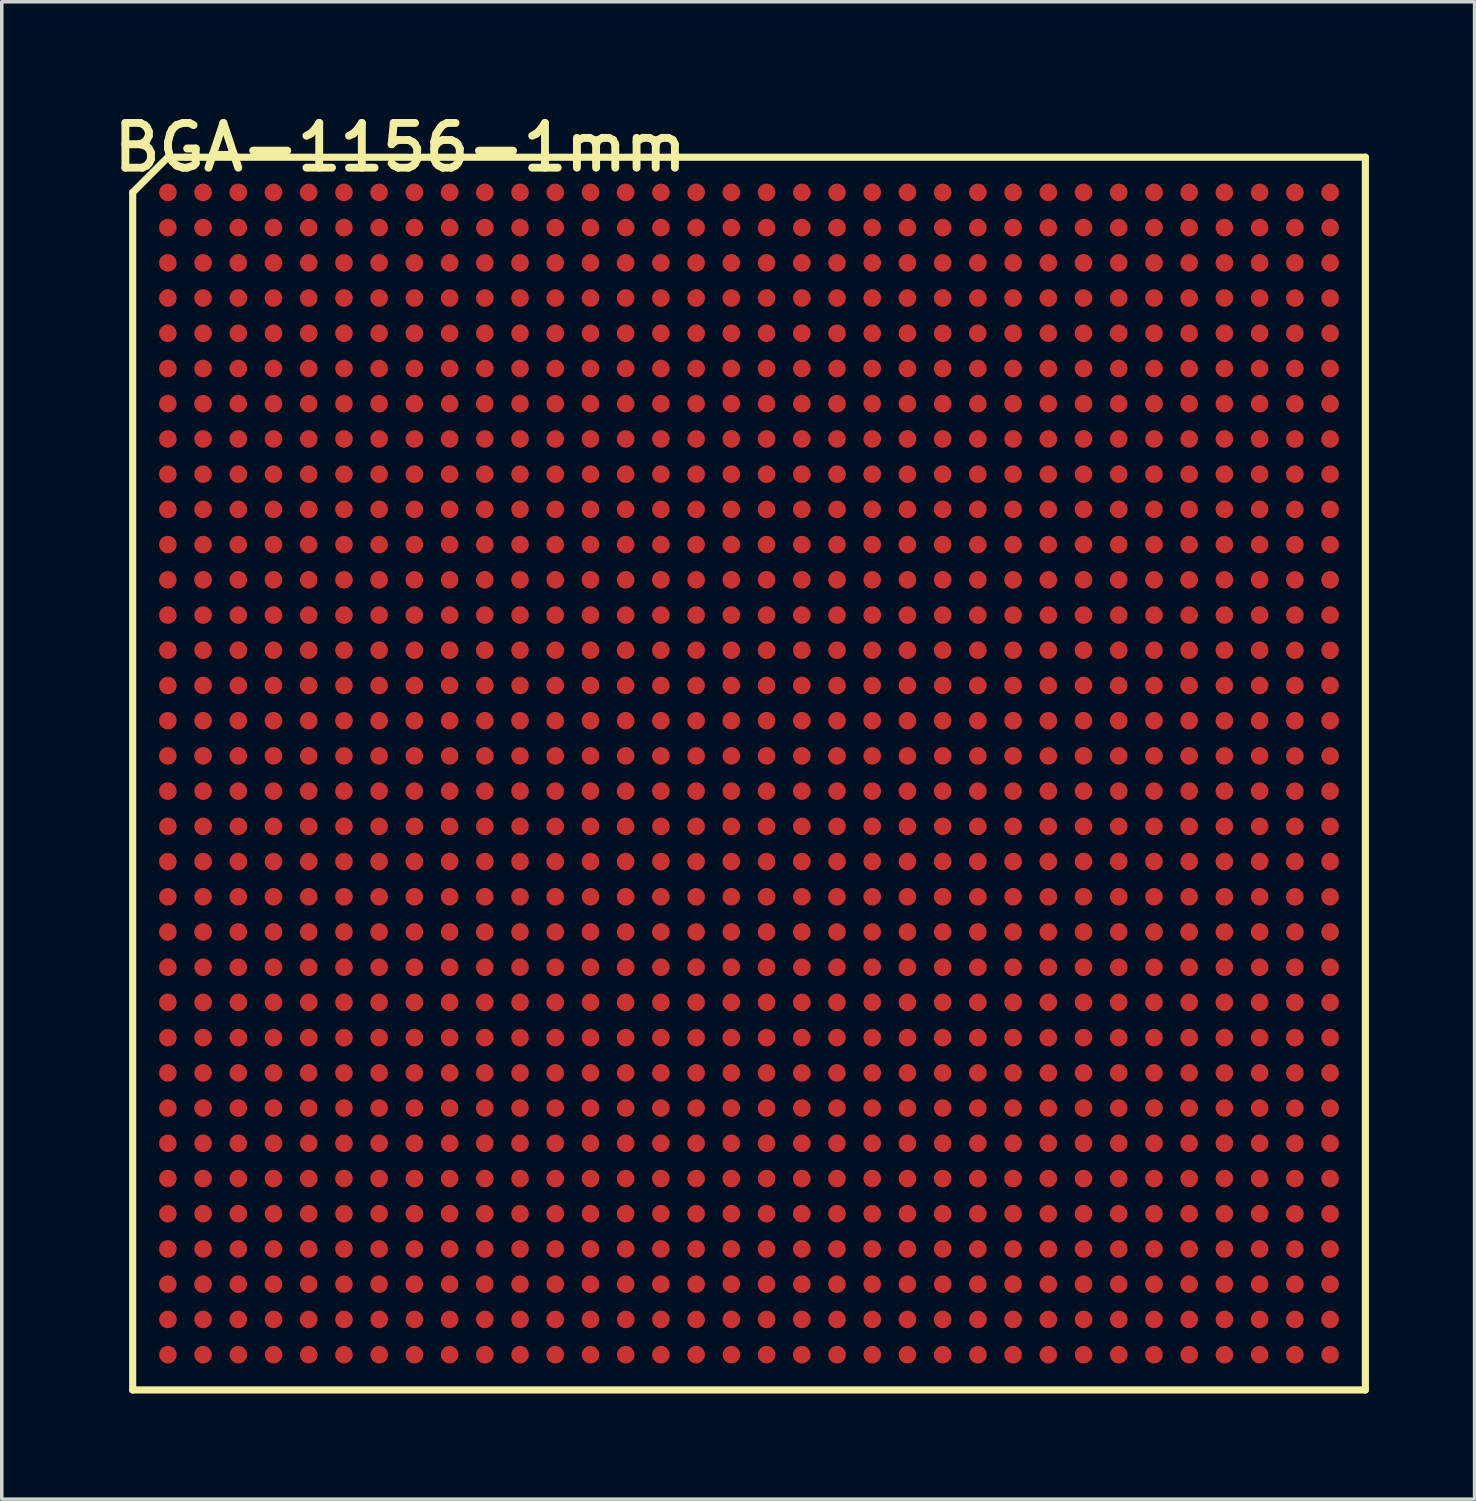
<source format=kicad_pcb>
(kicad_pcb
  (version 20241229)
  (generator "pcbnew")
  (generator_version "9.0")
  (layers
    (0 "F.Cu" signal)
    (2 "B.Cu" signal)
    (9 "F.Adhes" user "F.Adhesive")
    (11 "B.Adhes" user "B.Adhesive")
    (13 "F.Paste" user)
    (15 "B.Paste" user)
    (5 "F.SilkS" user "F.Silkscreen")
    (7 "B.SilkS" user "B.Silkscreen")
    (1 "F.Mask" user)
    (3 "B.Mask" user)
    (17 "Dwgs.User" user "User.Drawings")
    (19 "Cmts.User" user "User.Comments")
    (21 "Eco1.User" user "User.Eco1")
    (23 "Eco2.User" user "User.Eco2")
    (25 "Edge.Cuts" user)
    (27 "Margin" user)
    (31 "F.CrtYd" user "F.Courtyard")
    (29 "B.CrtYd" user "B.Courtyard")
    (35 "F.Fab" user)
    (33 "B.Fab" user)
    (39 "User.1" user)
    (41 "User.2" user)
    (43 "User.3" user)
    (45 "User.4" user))
  (footprint "BGA-1156-1mm"
    (layer "F.Cu")
    (at 18.218 18.915)
    (property "Reference" "BGA-1156-1mm" (at -9.906 -17.78 0) (layer "F.SilkS") (effects (font (size 1.27 1.27) (thickness 0.224))))
    (attr smd)
    (fp_line (start -17.501 -16.5) (end -17.501 17.501) (stroke (width 0.203) (type solid)) (layer "F.SilkS"))
    (fp_line (start -17.501 17.501) (end 17.501 17.501) (stroke (width 0.203) (type solid)) (layer "F.SilkS"))
    (fp_line (start -16.5 -17.501) (end -17.501 -16.5) (stroke (width 0.203) (type solid)) (layer "F.SilkS"))
    (fp_line (start -15.999 -17.501) (end -16.5 -17.501) (stroke (width 0.203) (type solid)) (layer "F.SilkS"))
    (fp_line (start -14.501 -16.502) (end -14.491 -16.502) (stroke (width 0.013) (type solid)) (layer "F.SilkS"))
    (fp_line (start 17.501 -17.501) (end -15.999 -17.501) (stroke (width 0.203) (type solid)) (layer "F.SilkS"))
    (fp_line (start 17.501 17.501) (end 17.501 -17.501) (stroke (width 0.203) (type solid)) (layer "F.SilkS"))
    (pad "A1" smd circle (at -16.5 -16.5) (size 0.5 0.5) (layers "F.Cu" "F.Mask" "F.Paste"))
    (pad "A2" smd circle (at -15.502 -16.502) (size 0.5 0.5) (layers "F.Cu" "F.Mask" "F.Paste"))
    (pad "A3" smd circle (at -14.501 -16.502) (size 0.5 0.5) (layers "F.Cu" "F.Mask" "F.Paste"))
    (pad "A4" smd circle (at -13.503 -16.502) (size 0.5 0.5) (layers "F.Cu" "F.Mask" "F.Paste"))
    (pad "A5" smd circle (at -12.502 -16.502) (size 0.5 0.5) (layers "F.Cu" "F.Mask" "F.Paste"))
    (pad "A6" smd circle (at -11.501 -16.502) (size 0.5 0.5) (layers "F.Cu" "F.Mask" "F.Paste"))
    (pad "A7" smd circle (at -10.503 -16.502) (size 0.5 0.5) (layers "F.Cu" "F.Mask" "F.Paste"))
    (pad "A8" smd circle (at -9.502 -16.502) (size 0.5 0.5) (layers "F.Cu" "F.Mask" "F.Paste"))
    (pad "A9" smd circle (at -8.501 -16.502) (size 0.5 0.5) (layers "F.Cu" "F.Mask" "F.Paste"))
    (pad "A10" smd circle (at -7.501 -16.502) (size 0.5 0.5) (layers "F.Cu" "F.Mask" "F.Paste"))
    (pad "A11" smd circle (at -6.502 -16.502) (size 0.5 0.5) (layers "F.Cu" "F.Mask" "F.Paste"))
    (pad "A12" smd circle (at -5.502 -16.502) (size 0.5 0.5) (layers "F.Cu" "F.Mask" "F.Paste"))
    (pad "A13" smd circle (at -4.501 -16.502) (size 0.5 0.5) (layers "F.Cu" "F.Mask" "F.Paste"))
    (pad "A14" smd circle (at -3.503 -16.502) (size 0.5 0.5) (layers "F.Cu" "F.Mask" "F.Paste"))
    (pad "A15" smd circle (at -2.502 -16.502) (size 0.5 0.5) (layers "F.Cu" "F.Mask" "F.Paste"))
    (pad "A16" smd circle (at -1.501 -16.502) (size 0.5 0.5) (layers "F.Cu" "F.Mask" "F.Paste"))
    (pad "A17" smd circle (at -0.503 -16.502) (size 0.5 0.5) (layers "F.Cu" "F.Mask" "F.Paste"))
    (pad "A18" smd circle (at 0.498 -16.502) (size 0.5 0.5) (layers "F.Cu" "F.Mask" "F.Paste"))
    (pad "A19" smd circle (at 1.499 -16.502) (size 0.5 0.5) (layers "F.Cu" "F.Mask" "F.Paste"))
    (pad "A20" smd circle (at 2.499 -16.502) (size 0.5 0.5) (layers "F.Cu" "F.Mask" "F.Paste"))
    (pad "A21" smd circle (at 3.498 -16.502) (size 0.5 0.5) (layers "F.Cu" "F.Mask" "F.Paste"))
    (pad "A22" smd circle (at 4.498 -16.502) (size 0.5 0.5) (layers "F.Cu" "F.Mask" "F.Paste"))
    (pad "A23" smd circle (at 5.499 -16.502) (size 0.5 0.5) (layers "F.Cu" "F.Mask" "F.Paste"))
    (pad "A24" smd circle (at 6.497 -16.502) (size 0.5 0.5) (layers "F.Cu" "F.Mask" "F.Paste"))
    (pad "A25" smd circle (at 7.498 -16.502) (size 0.5 0.5) (layers "F.Cu" "F.Mask" "F.Paste"))
    (pad "A26" smd circle (at 8.499 -16.502) (size 0.5 0.5) (layers "F.Cu" "F.Mask" "F.Paste"))
    (pad "A27" smd circle (at 9.497 -16.502) (size 0.5 0.5) (layers "F.Cu" "F.Mask" "F.Paste"))
    (pad "A28" smd circle (at 10.498 -16.502) (size 0.5 0.5) (layers "F.Cu" "F.Mask" "F.Paste"))
    (pad "A29" smd circle (at 11.499 -16.502) (size 0.5 0.5) (layers "F.Cu" "F.Mask" "F.Paste"))
    (pad "A30" smd circle (at 12.497 -16.502) (size 0.5 0.5) (layers "F.Cu" "F.Mask" "F.Paste"))
    (pad "A31" smd circle (at 13.498 -16.502) (size 0.5 0.5) (layers "F.Cu" "F.Mask" "F.Paste"))
    (pad "A32" smd circle (at 14.498 -16.502) (size 0.5 0.5) (layers "F.Cu" "F.Mask" "F.Paste"))
    (pad "A33" smd circle (at 15.499 -16.5) (size 0.5 0.5) (layers "F.Cu" "F.Mask" "F.Paste"))
    (pad "A34" smd circle (at 16.5 -16.5) (size 0.5 0.5) (layers "F.Cu" "F.Mask" "F.Paste"))
    (pad "AA1" smd circle (at -16.502 3.498) (size 0.5 0.5) (layers "F.Cu" "F.Mask" "F.Paste"))
    (pad "AA2" smd circle (at -15.502 3.498) (size 0.5 0.5) (layers "F.Cu" "F.Mask" "F.Paste"))
    (pad "AA3" smd circle (at -14.501 3.498) (size 0.5 0.5) (layers "F.Cu" "F.Mask" "F.Paste"))
    (pad "AA4" smd circle (at -13.503 3.498) (size 0.5 0.5) (layers "F.Cu" "F.Mask" "F.Paste"))
    (pad "AA5" smd circle (at -12.502 3.498) (size 0.5 0.5) (layers "F.Cu" "F.Mask" "F.Paste"))
    (pad "AA6" smd circle (at -11.501 3.498) (size 0.5 0.5) (layers "F.Cu" "F.Mask" "F.Paste"))
    (pad "AA7" smd circle (at -10.503 3.498) (size 0.5 0.5) (layers "F.Cu" "F.Mask" "F.Paste"))
    (pad "AA8" smd circle (at -9.502 3.498) (size 0.5 0.5) (layers "F.Cu" "F.Mask" "F.Paste"))
    (pad "AA9" smd circle (at -8.501 3.498) (size 0.5 0.5) (layers "F.Cu" "F.Mask" "F.Paste"))
    (pad "AA10" smd circle (at -7.503 3.498) (size 0.5 0.5) (layers "F.Cu" "F.Mask" "F.Paste"))
    (pad "AA11" smd circle (at -6.502 3.498) (size 0.5 0.5) (layers "F.Cu" "F.Mask" "F.Paste"))
    (pad "AA12" smd circle (at -5.502 3.498) (size 0.5 0.5) (layers "F.Cu" "F.Mask" "F.Paste"))
    (pad "AA13" smd circle (at -4.501 3.498) (size 0.5 0.5) (layers "F.Cu" "F.Mask" "F.Paste"))
    (pad "AA14" smd circle (at -3.503 3.498) (size 0.5 0.5) (layers "F.Cu" "F.Mask" "F.Paste"))
    (pad "AA15" smd circle (at -2.502 3.498) (size 0.5 0.5) (layers "F.Cu" "F.Mask" "F.Paste"))
    (pad "AA16" smd circle (at -1.501 3.498) (size 0.5 0.5) (layers "F.Cu" "F.Mask" "F.Paste"))
    (pad "AA17" smd circle (at -0.503 3.498) (size 0.5 0.5) (layers "F.Cu" "F.Mask" "F.Paste"))
    (pad "AA18" smd circle (at 0.498 3.498) (size 0.5 0.5) (layers "F.Cu" "F.Mask" "F.Paste"))
    (pad "AA19" smd circle (at 1.499 3.498) (size 0.5 0.5) (layers "F.Cu" "F.Mask" "F.Paste"))
    (pad "AA20" smd circle (at 2.497 3.498) (size 0.5 0.5) (layers "F.Cu" "F.Mask" "F.Paste"))
    (pad "AA21" smd circle (at 3.498 3.498) (size 0.5 0.5) (layers "F.Cu" "F.Mask" "F.Paste"))
    (pad "AA22" smd circle (at 4.498 3.498) (size 0.5 0.5) (layers "F.Cu" "F.Mask" "F.Paste"))
    (pad "AA23" smd circle (at 5.499 3.498) (size 0.5 0.5) (layers "F.Cu" "F.Mask" "F.Paste"))
    (pad "AA24" smd circle (at 6.497 3.498) (size 0.5 0.5) (layers "F.Cu" "F.Mask" "F.Paste"))
    (pad "AA25" smd circle (at 7.498 3.498) (size 0.5 0.5) (layers "F.Cu" "F.Mask" "F.Paste"))
    (pad "AA26" smd circle (at 8.499 3.498) (size 0.5 0.5) (layers "F.Cu" "F.Mask" "F.Paste"))
    (pad "AA27" smd circle (at 9.497 3.498) (size 0.5 0.5) (layers "F.Cu" "F.Mask" "F.Paste"))
    (pad "AA28" smd circle (at 10.498 3.498) (size 0.5 0.5) (layers "F.Cu" "F.Mask" "F.Paste"))
    (pad "AA29" smd circle (at 11.499 3.498) (size 0.5 0.5) (layers "F.Cu" "F.Mask" "F.Paste"))
    (pad "AA30" smd circle (at 12.497 3.498) (size 0.5 0.5) (layers "F.Cu" "F.Mask" "F.Paste"))
    (pad "AA31" smd circle (at 13.498 3.498) (size 0.5 0.5) (layers "F.Cu" "F.Mask" "F.Paste"))
    (pad "AA32" smd circle (at 14.498 3.498) (size 0.5 0.5) (layers "F.Cu" "F.Mask" "F.Paste"))
    (pad "AA33" smd circle (at 15.499 3.5) (size 0.5 0.5) (layers "F.Cu" "F.Mask" "F.Paste"))
    (pad "AA34" smd circle (at 16.5 3.5) (size 0.5 0.5) (layers "F.Cu" "F.Mask" "F.Paste"))
    (pad "AB1" smd circle (at -16.502 4.498) (size 0.5 0.5) (layers "F.Cu" "F.Mask" "F.Paste"))
    (pad "AB2" smd circle (at -15.502 4.498) (size 0.5 0.5) (layers "F.Cu" "F.Mask" "F.Paste"))
    (pad "AB3" smd circle (at -14.501 4.498) (size 0.5 0.5) (layers "F.Cu" "F.Mask" "F.Paste"))
    (pad "AB4" smd circle (at -13.503 4.498) (size 0.5 0.5) (layers "F.Cu" "F.Mask" "F.Paste"))
    (pad "AB5" smd circle (at -12.502 4.498) (size 0.5 0.5) (layers "F.Cu" "F.Mask" "F.Paste"))
    (pad "AB6" smd circle (at -11.501 4.498) (size 0.5 0.5) (layers "F.Cu" "F.Mask" "F.Paste"))
    (pad "AB7" smd circle (at -10.503 4.498) (size 0.5 0.5) (layers "F.Cu" "F.Mask" "F.Paste"))
    (pad "AB8" smd circle (at -9.502 4.498) (size 0.5 0.5) (layers "F.Cu" "F.Mask" "F.Paste"))
    (pad "AB9" smd circle (at -8.501 4.498) (size 0.5 0.5) (layers "F.Cu" "F.Mask" "F.Paste"))
    (pad "AB10" smd circle (at -7.503 4.498) (size 0.5 0.5) (layers "F.Cu" "F.Mask" "F.Paste"))
    (pad "AB11" smd circle (at -6.502 4.498) (size 0.5 0.5) (layers "F.Cu" "F.Mask" "F.Paste"))
    (pad "AB12" smd circle (at -5.502 4.498) (size 0.5 0.5) (layers "F.Cu" "F.Mask" "F.Paste"))
    (pad "AB13" smd circle (at -4.501 4.498) (size 0.5 0.5) (layers "F.Cu" "F.Mask" "F.Paste"))
    (pad "AB14" smd circle (at -3.503 4.498) (size 0.5 0.5) (layers "F.Cu" "F.Mask" "F.Paste"))
    (pad "AB15" smd circle (at -2.502 4.498) (size 0.5 0.5) (layers "F.Cu" "F.Mask" "F.Paste"))
    (pad "AB16" smd circle (at -1.501 4.498) (size 0.5 0.5) (layers "F.Cu" "F.Mask" "F.Paste"))
    (pad "AB17" smd circle (at -0.503 4.498) (size 0.5 0.5) (layers "F.Cu" "F.Mask" "F.Paste"))
    (pad "AB18" smd circle (at 0.498 4.498) (size 0.5 0.5) (layers "F.Cu" "F.Mask" "F.Paste"))
    (pad "AB19" smd circle (at 1.499 4.498) (size 0.5 0.5) (layers "F.Cu" "F.Mask" "F.Paste"))
    (pad "AB20" smd circle (at 2.497 4.498) (size 0.5 0.5) (layers "F.Cu" "F.Mask" "F.Paste"))
    (pad "AB21" smd circle (at 3.498 4.498) (size 0.5 0.5) (layers "F.Cu" "F.Mask" "F.Paste"))
    (pad "AB22" smd circle (at 4.498 4.498) (size 0.5 0.5) (layers "F.Cu" "F.Mask" "F.Paste"))
    (pad "AB23" smd circle (at 5.499 4.498) (size 0.5 0.5) (layers "F.Cu" "F.Mask" "F.Paste"))
    (pad "AB24" smd circle (at 6.497 4.498) (size 0.5 0.5) (layers "F.Cu" "F.Mask" "F.Paste"))
    (pad "AB25" smd circle (at 7.498 4.498) (size 0.5 0.5) (layers "F.Cu" "F.Mask" "F.Paste"))
    (pad "AB26" smd circle (at 8.499 4.498) (size 0.5 0.5) (layers "F.Cu" "F.Mask" "F.Paste"))
    (pad "AB27" smd circle (at 9.497 4.498) (size 0.5 0.5) (layers "F.Cu" "F.Mask" "F.Paste"))
    (pad "AB28" smd circle (at 10.498 4.498) (size 0.5 0.5) (layers "F.Cu" "F.Mask" "F.Paste"))
    (pad "AB29" smd circle (at 11.499 4.498) (size 0.5 0.5) (layers "F.Cu" "F.Mask" "F.Paste"))
    (pad "AB30" smd circle (at 12.497 4.498) (size 0.5 0.5) (layers "F.Cu" "F.Mask" "F.Paste"))
    (pad "AB31" smd circle (at 13.498 4.498) (size 0.5 0.5) (layers "F.Cu" "F.Mask" "F.Paste"))
    (pad "AB32" smd circle (at 14.498 4.498) (size 0.5 0.5) (layers "F.Cu" "F.Mask" "F.Paste"))
    (pad "AB33" smd circle (at 15.499 4.498) (size 0.5 0.5) (layers "F.Cu" "F.Mask" "F.Paste"))
    (pad "AB34" smd circle (at 16.5 4.498) (size 0.5 0.5) (layers "F.Cu" "F.Mask" "F.Paste"))
    (pad "AC1" smd circle (at -16.502 5.499) (size 0.5 0.5) (layers "F.Cu" "F.Mask" "F.Paste"))
    (pad "AC2" smd circle (at -15.502 5.499) (size 0.5 0.5) (layers "F.Cu" "F.Mask" "F.Paste"))
    (pad "AC3" smd circle (at -14.501 5.499) (size 0.5 0.5) (layers "F.Cu" "F.Mask" "F.Paste"))
    (pad "AC4" smd circle (at -13.503 5.499) (size 0.5 0.5) (layers "F.Cu" "F.Mask" "F.Paste"))
    (pad "AC5" smd circle (at -12.502 5.499) (size 0.5 0.5) (layers "F.Cu" "F.Mask" "F.Paste"))
    (pad "AC6" smd circle (at -11.501 5.499) (size 0.5 0.5) (layers "F.Cu" "F.Mask" "F.Paste"))
    (pad "AC7" smd circle (at -10.503 5.499) (size 0.5 0.5) (layers "F.Cu" "F.Mask" "F.Paste"))
    (pad "AC8" smd circle (at -9.502 5.499) (size 0.5 0.5) (layers "F.Cu" "F.Mask" "F.Paste"))
    (pad "AC9" smd circle (at -8.501 5.499) (size 0.5 0.5) (layers "F.Cu" "F.Mask" "F.Paste"))
    (pad "AC10" smd circle (at -7.503 5.499) (size 0.5 0.5) (layers "F.Cu" "F.Mask" "F.Paste"))
    (pad "AC11" smd circle (at -6.502 5.499) (size 0.5 0.5) (layers "F.Cu" "F.Mask" "F.Paste"))
    (pad "AC12" smd circle (at -5.502 5.499) (size 0.5 0.5) (layers "F.Cu" "F.Mask" "F.Paste"))
    (pad "AC13" smd circle (at -4.501 5.499) (size 0.5 0.5) (layers "F.Cu" "F.Mask" "F.Paste"))
    (pad "AC14" smd circle (at -3.503 5.499) (size 0.5 0.5) (layers "F.Cu" "F.Mask" "F.Paste"))
    (pad "AC15" smd circle (at -2.502 5.499) (size 0.5 0.5) (layers "F.Cu" "F.Mask" "F.Paste"))
    (pad "AC16" smd circle (at -1.501 5.499) (size 0.5 0.5) (layers "F.Cu" "F.Mask" "F.Paste"))
    (pad "AC17" smd circle (at -0.503 5.499) (size 0.5 0.5) (layers "F.Cu" "F.Mask" "F.Paste"))
    (pad "AC18" smd circle (at 0.498 5.499) (size 0.5 0.5) (layers "F.Cu" "F.Mask" "F.Paste"))
    (pad "AC19" smd circle (at 1.499 5.499) (size 0.5 0.5) (layers "F.Cu" "F.Mask" "F.Paste"))
    (pad "AC20" smd circle (at 2.497 5.499) (size 0.5 0.5) (layers "F.Cu" "F.Mask" "F.Paste"))
    (pad "AC21" smd circle (at 3.498 5.499) (size 0.5 0.5) (layers "F.Cu" "F.Mask" "F.Paste"))
    (pad "AC22" smd circle (at 4.498 5.499) (size 0.5 0.5) (layers "F.Cu" "F.Mask" "F.Paste"))
    (pad "AC23" smd circle (at 5.499 5.499) (size 0.5 0.5) (layers "F.Cu" "F.Mask" "F.Paste"))
    (pad "AC24" smd circle (at 6.497 5.499) (size 0.5 0.5) (layers "F.Cu" "F.Mask" "F.Paste"))
    (pad "AC25" smd circle (at 7.498 5.499) (size 0.5 0.5) (layers "F.Cu" "F.Mask" "F.Paste"))
    (pad "AC26" smd circle (at 8.499 5.499) (size 0.5 0.5) (layers "F.Cu" "F.Mask" "F.Paste"))
    (pad "AC27" smd circle (at 9.497 5.499) (size 0.5 0.5) (layers "F.Cu" "F.Mask" "F.Paste"))
    (pad "AC28" smd circle (at 10.498 5.499) (size 0.5 0.5) (layers "F.Cu" "F.Mask" "F.Paste"))
    (pad "AC29" smd circle (at 11.499 5.499) (size 0.5 0.5) (layers "F.Cu" "F.Mask" "F.Paste"))
    (pad "AC30" smd circle (at 12.497 5.499) (size 0.5 0.5) (layers "F.Cu" "F.Mask" "F.Paste"))
    (pad "AC31" smd circle (at 13.498 5.499) (size 0.5 0.5) (layers "F.Cu" "F.Mask" "F.Paste"))
    (pad "AC32" smd circle (at 14.498 5.499) (size 0.5 0.5) (layers "F.Cu" "F.Mask" "F.Paste"))
    (pad "AC33" smd circle (at 15.499 5.499) (size 0.5 0.5) (layers "F.Cu" "F.Mask" "F.Paste"))
    (pad "AC34" smd circle (at 16.5 5.499) (size 0.5 0.5) (layers "F.Cu" "F.Mask" "F.Paste"))
    (pad "AD1" smd circle (at -16.502 6.497) (size 0.5 0.5) (layers "F.Cu" "F.Mask" "F.Paste"))
    (pad "AD2" smd circle (at -15.502 6.497) (size 0.5 0.5) (layers "F.Cu" "F.Mask" "F.Paste"))
    (pad "AD3" smd circle (at -14.501 6.497) (size 0.5 0.5) (layers "F.Cu" "F.Mask" "F.Paste"))
    (pad "AD4" smd circle (at -13.503 6.497) (size 0.5 0.5) (layers "F.Cu" "F.Mask" "F.Paste"))
    (pad "AD5" smd circle (at -12.502 6.497) (size 0.5 0.5) (layers "F.Cu" "F.Mask" "F.Paste"))
    (pad "AD6" smd circle (at -11.501 6.497) (size 0.5 0.5) (layers "F.Cu" "F.Mask" "F.Paste"))
    (pad "AD7" smd circle (at -10.503 6.497) (size 0.5 0.5) (layers "F.Cu" "F.Mask" "F.Paste"))
    (pad "AD8" smd circle (at -9.502 6.497) (size 0.5 0.5) (layers "F.Cu" "F.Mask" "F.Paste"))
    (pad "AD9" smd circle (at -8.501 6.497) (size 0.5 0.5) (layers "F.Cu" "F.Mask" "F.Paste"))
    (pad "AD10" smd circle (at -7.503 6.497) (size 0.5 0.5) (layers "F.Cu" "F.Mask" "F.Paste"))
    (pad "AD11" smd circle (at -6.502 6.497) (size 0.5 0.5) (layers "F.Cu" "F.Mask" "F.Paste"))
    (pad "AD12" smd circle (at -5.502 6.497) (size 0.5 0.5) (layers "F.Cu" "F.Mask" "F.Paste"))
    (pad "AD13" smd circle (at -4.501 6.497) (size 0.5 0.5) (layers "F.Cu" "F.Mask" "F.Paste"))
    (pad "AD14" smd circle (at -3.503 6.497) (size 0.5 0.5) (layers "F.Cu" "F.Mask" "F.Paste"))
    (pad "AD15" smd circle (at -2.502 6.497) (size 0.5 0.5) (layers "F.Cu" "F.Mask" "F.Paste"))
    (pad "AD16" smd circle (at -1.501 6.497) (size 0.5 0.5) (layers "F.Cu" "F.Mask" "F.Paste"))
    (pad "AD17" smd circle (at -0.503 6.497) (size 0.5 0.5) (layers "F.Cu" "F.Mask" "F.Paste"))
    (pad "AD18" smd circle (at 0.498 6.497) (size 0.5 0.5) (layers "F.Cu" "F.Mask" "F.Paste"))
    (pad "AD19" smd circle (at 1.499 6.497) (size 0.5 0.5) (layers "F.Cu" "F.Mask" "F.Paste"))
    (pad "AD20" smd circle (at 2.497 6.497) (size 0.5 0.5) (layers "F.Cu" "F.Mask" "F.Paste"))
    (pad "AD21" smd circle (at 3.498 6.497) (size 0.5 0.5) (layers "F.Cu" "F.Mask" "F.Paste"))
    (pad "AD22" smd circle (at 4.498 6.497) (size 0.5 0.5) (layers "F.Cu" "F.Mask" "F.Paste"))
    (pad "AD23" smd circle (at 5.499 6.497) (size 0.5 0.5) (layers "F.Cu" "F.Mask" "F.Paste"))
    (pad "AD24" smd circle (at 6.497 6.497) (size 0.5 0.5) (layers "F.Cu" "F.Mask" "F.Paste"))
    (pad "AD25" smd circle (at 7.498 6.497) (size 0.5 0.5) (layers "F.Cu" "F.Mask" "F.Paste"))
    (pad "AD26" smd circle (at 8.499 6.497) (size 0.5 0.5) (layers "F.Cu" "F.Mask" "F.Paste"))
    (pad "AD27" smd circle (at 9.497 6.497) (size 0.5 0.5) (layers "F.Cu" "F.Mask" "F.Paste"))
    (pad "AD28" smd circle (at 10.498 6.497) (size 0.5 0.5) (layers "F.Cu" "F.Mask" "F.Paste"))
    (pad "AD29" smd circle (at 11.499 6.497) (size 0.5 0.5) (layers "F.Cu" "F.Mask" "F.Paste"))
    (pad "AD30" smd circle (at 12.497 6.497) (size 0.5 0.5) (layers "F.Cu" "F.Mask" "F.Paste"))
    (pad "AD31" smd circle (at 13.498 6.497) (size 0.5 0.5) (layers "F.Cu" "F.Mask" "F.Paste"))
    (pad "AD32" smd circle (at 14.498 6.497) (size 0.5 0.5) (layers "F.Cu" "F.Mask" "F.Paste"))
    (pad "AD33" smd circle (at 15.499 6.5) (size 0.5 0.5) (layers "F.Cu" "F.Mask" "F.Paste"))
    (pad "AD34" smd circle (at 16.5 6.5) (size 0.5 0.5) (layers "F.Cu" "F.Mask" "F.Paste"))
    (pad "AE1" smd circle (at -16.502 7.498) (size 0.5 0.5) (layers "F.Cu" "F.Mask" "F.Paste"))
    (pad "AE2" smd circle (at -15.502 7.498) (size 0.5 0.5) (layers "F.Cu" "F.Mask" "F.Paste"))
    (pad "AE3" smd circle (at -14.501 7.498) (size 0.5 0.5) (layers "F.Cu" "F.Mask" "F.Paste"))
    (pad "AE4" smd circle (at -13.503 7.498) (size 0.5 0.5) (layers "F.Cu" "F.Mask" "F.Paste"))
    (pad "AE5" smd circle (at -12.502 7.498) (size 0.5 0.5) (layers "F.Cu" "F.Mask" "F.Paste"))
    (pad "AE6" smd circle (at -11.501 7.498) (size 0.5 0.5) (layers "F.Cu" "F.Mask" "F.Paste"))
    (pad "AE7" smd circle (at -10.503 7.498) (size 0.5 0.5) (layers "F.Cu" "F.Mask" "F.Paste"))
    (pad "AE8" smd circle (at -9.502 7.498) (size 0.5 0.5) (layers "F.Cu" "F.Mask" "F.Paste"))
    (pad "AE9" smd circle (at -8.501 7.498) (size 0.5 0.5) (layers "F.Cu" "F.Mask" "F.Paste"))
    (pad "AE10" smd circle (at -7.503 7.498) (size 0.5 0.5) (layers "F.Cu" "F.Mask" "F.Paste"))
    (pad "AE11" smd circle (at -6.502 7.498) (size 0.5 0.5) (layers "F.Cu" "F.Mask" "F.Paste"))
    (pad "AE12" smd circle (at -5.502 7.498) (size 0.5 0.5) (layers "F.Cu" "F.Mask" "F.Paste"))
    (pad "AE13" smd circle (at -4.501 7.498) (size 0.5 0.5) (layers "F.Cu" "F.Mask" "F.Paste"))
    (pad "AE14" smd circle (at -3.503 7.498) (size 0.5 0.5) (layers "F.Cu" "F.Mask" "F.Paste"))
    (pad "AE15" smd circle (at -2.502 7.498) (size 0.5 0.5) (layers "F.Cu" "F.Mask" "F.Paste"))
    (pad "AE16" smd circle (at -1.501 7.498) (size 0.5 0.5) (layers "F.Cu" "F.Mask" "F.Paste"))
    (pad "AE17" smd circle (at -0.503 7.498) (size 0.5 0.5) (layers "F.Cu" "F.Mask" "F.Paste"))
    (pad "AE18" smd circle (at 0.498 7.498) (size 0.5 0.5) (layers "F.Cu" "F.Mask" "F.Paste"))
    (pad "AE19" smd circle (at 1.499 7.498) (size 0.5 0.5) (layers "F.Cu" "F.Mask" "F.Paste"))
    (pad "AE20" smd circle (at 2.497 7.498) (size 0.5 0.5) (layers "F.Cu" "F.Mask" "F.Paste"))
    (pad "AE21" smd circle (at 3.498 7.498) (size 0.5 0.5) (layers "F.Cu" "F.Mask" "F.Paste"))
    (pad "AE22" smd circle (at 4.498 7.498) (size 0.5 0.5) (layers "F.Cu" "F.Mask" "F.Paste"))
    (pad "AE23" smd circle (at 5.499 7.498) (size 0.5 0.5) (layers "F.Cu" "F.Mask" "F.Paste"))
    (pad "AE24" smd circle (at 6.497 7.498) (size 0.5 0.5) (layers "F.Cu" "F.Mask" "F.Paste"))
    (pad "AE25" smd circle (at 7.498 7.498) (size 0.5 0.5) (layers "F.Cu" "F.Mask" "F.Paste"))
    (pad "AE26" smd circle (at 8.499 7.498) (size 0.5 0.5) (layers "F.Cu" "F.Mask" "F.Paste"))
    (pad "AE27" smd circle (at 9.497 7.498) (size 0.5 0.5) (layers "F.Cu" "F.Mask" "F.Paste"))
    (pad "AE28" smd circle (at 10.498 7.498) (size 0.5 0.5) (layers "F.Cu" "F.Mask" "F.Paste"))
    (pad "AE29" smd circle (at 11.499 7.498) (size 0.5 0.5) (layers "F.Cu" "F.Mask" "F.Paste"))
    (pad "AE30" smd circle (at 12.497 7.498) (size 0.5 0.5) (layers "F.Cu" "F.Mask" "F.Paste"))
    (pad "AE31" smd circle (at 13.498 7.498) (size 0.5 0.5) (layers "F.Cu" "F.Mask" "F.Paste"))
    (pad "AE32" smd circle (at 14.498 7.498) (size 0.5 0.5) (layers "F.Cu" "F.Mask" "F.Paste"))
    (pad "AE33" smd circle (at 15.499 7.498) (size 0.5 0.5) (layers "F.Cu" "F.Mask" "F.Paste"))
    (pad "AE34" smd circle (at 16.5 7.498) (size 0.5 0.5) (layers "F.Cu" "F.Mask" "F.Paste"))
    (pad "AF1" smd circle (at -16.502 8.499) (size 0.5 0.5) (layers "F.Cu" "F.Mask" "F.Paste"))
    (pad "AF2" smd circle (at -15.502 8.499) (size 0.5 0.5) (layers "F.Cu" "F.Mask" "F.Paste"))
    (pad "AF3" smd circle (at -14.501 8.499) (size 0.5 0.5) (layers "F.Cu" "F.Mask" "F.Paste"))
    (pad "AF4" smd circle (at -13.503 8.499) (size 0.5 0.5) (layers "F.Cu" "F.Mask" "F.Paste"))
    (pad "AF5" smd circle (at -12.502 8.499) (size 0.5 0.5) (layers "F.Cu" "F.Mask" "F.Paste"))
    (pad "AF6" smd circle (at -11.501 8.499) (size 0.5 0.5) (layers "F.Cu" "F.Mask" "F.Paste"))
    (pad "AF7" smd circle (at -10.503 8.499) (size 0.5 0.5) (layers "F.Cu" "F.Mask" "F.Paste"))
    (pad "AF8" smd circle (at -9.502 8.499) (size 0.5 0.5) (layers "F.Cu" "F.Mask" "F.Paste"))
    (pad "AF9" smd circle (at -8.501 8.499) (size 0.5 0.5) (layers "F.Cu" "F.Mask" "F.Paste"))
    (pad "AF10" smd circle (at -7.503 8.499) (size 0.5 0.5) (layers "F.Cu" "F.Mask" "F.Paste"))
    (pad "AF11" smd circle (at -6.502 8.499) (size 0.5 0.5) (layers "F.Cu" "F.Mask" "F.Paste"))
    (pad "AF12" smd circle (at -5.502 8.499) (size 0.5 0.5) (layers "F.Cu" "F.Mask" "F.Paste"))
    (pad "AF13" smd circle (at -4.501 8.499) (size 0.5 0.5) (layers "F.Cu" "F.Mask" "F.Paste"))
    (pad "AF14" smd circle (at -3.503 8.499) (size 0.5 0.5) (layers "F.Cu" "F.Mask" "F.Paste"))
    (pad "AF15" smd circle (at -2.502 8.499) (size 0.5 0.5) (layers "F.Cu" "F.Mask" "F.Paste"))
    (pad "AF16" smd circle (at -1.501 8.499) (size 0.5 0.5) (layers "F.Cu" "F.Mask" "F.Paste"))
    (pad "AF17" smd circle (at -0.503 8.499) (size 0.5 0.5) (layers "F.Cu" "F.Mask" "F.Paste"))
    (pad "AF18" smd circle (at 0.498 8.499) (size 0.5 0.5) (layers "F.Cu" "F.Mask" "F.Paste"))
    (pad "AF19" smd circle (at 1.499 8.499) (size 0.5 0.5) (layers "F.Cu" "F.Mask" "F.Paste"))
    (pad "AF20" smd circle (at 2.497 8.499) (size 0.5 0.5) (layers "F.Cu" "F.Mask" "F.Paste"))
    (pad "AF21" smd circle (at 3.498 8.499) (size 0.5 0.5) (layers "F.Cu" "F.Mask" "F.Paste"))
    (pad "AF22" smd circle (at 4.498 8.499) (size 0.5 0.5) (layers "F.Cu" "F.Mask" "F.Paste"))
    (pad "AF23" smd circle (at 5.499 8.499) (size 0.5 0.5) (layers "F.Cu" "F.Mask" "F.Paste"))
    (pad "AF24" smd circle (at 6.497 8.499) (size 0.5 0.5) (layers "F.Cu" "F.Mask" "F.Paste"))
    (pad "AF25" smd circle (at 7.498 8.499) (size 0.5 0.5) (layers "F.Cu" "F.Mask" "F.Paste"))
    (pad "AF26" smd circle (at 8.499 8.499) (size 0.5 0.5) (layers "F.Cu" "F.Mask" "F.Paste"))
    (pad "AF27" smd circle (at 9.497 8.499) (size 0.5 0.5) (layers "F.Cu" "F.Mask" "F.Paste"))
    (pad "AF28" smd circle (at 10.498 8.499) (size 0.5 0.5) (layers "F.Cu" "F.Mask" "F.Paste"))
    (pad "AF29" smd circle (at 11.499 8.499) (size 0.5 0.5) (layers "F.Cu" "F.Mask" "F.Paste"))
    (pad "AF30" smd circle (at 12.497 8.499) (size 0.5 0.5) (layers "F.Cu" "F.Mask" "F.Paste"))
    (pad "AF31" smd circle (at 13.498 8.499) (size 0.5 0.5) (layers "F.Cu" "F.Mask" "F.Paste"))
    (pad "AF32" smd circle (at 14.498 8.499) (size 0.5 0.5) (layers "F.Cu" "F.Mask" "F.Paste"))
    (pad "AF33" smd circle (at 15.499 8.499) (size 0.5 0.5) (layers "F.Cu" "F.Mask" "F.Paste"))
    (pad "AF34" smd circle (at 16.5 8.499) (size 0.5 0.5) (layers "F.Cu" "F.Mask" "F.Paste"))
    (pad "AG1" smd circle (at -16.502 9.497) (size 0.5 0.5) (layers "F.Cu" "F.Mask" "F.Paste"))
    (pad "AG2" smd circle (at -15.502 9.497) (size 0.5 0.5) (layers "F.Cu" "F.Mask" "F.Paste"))
    (pad "AG3" smd circle (at -14.501 9.497) (size 0.5 0.5) (layers "F.Cu" "F.Mask" "F.Paste"))
    (pad "AG4" smd circle (at -13.503 9.497) (size 0.5 0.5) (layers "F.Cu" "F.Mask" "F.Paste"))
    (pad "AG5" smd circle (at -12.502 9.497) (size 0.5 0.5) (layers "F.Cu" "F.Mask" "F.Paste"))
    (pad "AG6" smd circle (at -11.501 9.497) (size 0.5 0.5) (layers "F.Cu" "F.Mask" "F.Paste"))
    (pad "AG7" smd circle (at -10.503 9.497) (size 0.5 0.5) (layers "F.Cu" "F.Mask" "F.Paste"))
    (pad "AG8" smd circle (at -9.502 9.497) (size 0.5 0.5) (layers "F.Cu" "F.Mask" "F.Paste"))
    (pad "AG9" smd circle (at -8.501 9.497) (size 0.5 0.5) (layers "F.Cu" "F.Mask" "F.Paste"))
    (pad "AG10" smd circle (at -7.503 9.497) (size 0.5 0.5) (layers "F.Cu" "F.Mask" "F.Paste"))
    (pad "AG11" smd circle (at -6.502 9.497) (size 0.5 0.5) (layers "F.Cu" "F.Mask" "F.Paste"))
    (pad "AG12" smd circle (at -5.502 9.497) (size 0.5 0.5) (layers "F.Cu" "F.Mask" "F.Paste"))
    (pad "AG13" smd circle (at -4.501 9.497) (size 0.5 0.5) (layers "F.Cu" "F.Mask" "F.Paste"))
    (pad "AG14" smd circle (at -3.503 9.497) (size 0.5 0.5) (layers "F.Cu" "F.Mask" "F.Paste"))
    (pad "AG15" smd circle (at -2.502 9.497) (size 0.5 0.5) (layers "F.Cu" "F.Mask" "F.Paste"))
    (pad "AG16" smd circle (at -1.501 9.497) (size 0.5 0.5) (layers "F.Cu" "F.Mask" "F.Paste"))
    (pad "AG17" smd circle (at -0.503 9.497) (size 0.5 0.5) (layers "F.Cu" "F.Mask" "F.Paste"))
    (pad "AG18" smd circle (at 0.498 9.497) (size 0.5 0.5) (layers "F.Cu" "F.Mask" "F.Paste"))
    (pad "AG19" smd circle (at 1.499 9.497) (size 0.5 0.5) (layers "F.Cu" "F.Mask" "F.Paste"))
    (pad "AG20" smd circle (at 2.497 9.497) (size 0.5 0.5) (layers "F.Cu" "F.Mask" "F.Paste"))
    (pad "AG21" smd circle (at 3.498 9.497) (size 0.5 0.5) (layers "F.Cu" "F.Mask" "F.Paste"))
    (pad "AG22" smd circle (at 4.498 9.497) (size 0.5 0.5) (layers "F.Cu" "F.Mask" "F.Paste"))
    (pad "AG23" smd circle (at 5.499 9.497) (size 0.5 0.5) (layers "F.Cu" "F.Mask" "F.Paste"))
    (pad "AG24" smd circle (at 6.497 9.497) (size 0.5 0.5) (layers "F.Cu" "F.Mask" "F.Paste"))
    (pad "AG25" smd circle (at 7.498 9.497) (size 0.5 0.5) (layers "F.Cu" "F.Mask" "F.Paste"))
    (pad "AG26" smd circle (at 8.499 9.497) (size 0.5 0.5) (layers "F.Cu" "F.Mask" "F.Paste"))
    (pad "AG27" smd circle (at 9.497 9.497) (size 0.5 0.5) (layers "F.Cu" "F.Mask" "F.Paste"))
    (pad "AG28" smd circle (at 10.498 9.497) (size 0.5 0.5) (layers "F.Cu" "F.Mask" "F.Paste"))
    (pad "AG29" smd circle (at 11.499 9.497) (size 0.5 0.5) (layers "F.Cu" "F.Mask" "F.Paste"))
    (pad "AG30" smd circle (at 12.497 9.497) (size 0.5 0.5) (layers "F.Cu" "F.Mask" "F.Paste"))
    (pad "AG31" smd circle (at 13.498 9.497) (size 0.5 0.5) (layers "F.Cu" "F.Mask" "F.Paste"))
    (pad "AG32" smd circle (at 14.498 9.497) (size 0.5 0.5) (layers "F.Cu" "F.Mask" "F.Paste"))
    (pad "AG33" smd circle (at 15.499 9.5) (size 0.5 0.5) (layers "F.Cu" "F.Mask" "F.Paste"))
    (pad "AG34" smd circle (at 16.5 9.5) (size 0.5 0.5) (layers "F.Cu" "F.Mask" "F.Paste"))
    (pad "AH1" smd circle (at -16.502 10.498) (size 0.5 0.5) (layers "F.Cu" "F.Mask" "F.Paste"))
    (pad "AH2" smd circle (at -15.502 10.498) (size 0.5 0.5) (layers "F.Cu" "F.Mask" "F.Paste"))
    (pad "AH3" smd circle (at -14.501 10.498) (size 0.5 0.5) (layers "F.Cu" "F.Mask" "F.Paste"))
    (pad "AH4" smd circle (at -13.503 10.498) (size 0.5 0.5) (layers "F.Cu" "F.Mask" "F.Paste"))
    (pad "AH5" smd circle (at -12.502 10.498) (size 0.5 0.5) (layers "F.Cu" "F.Mask" "F.Paste"))
    (pad "AH6" smd circle (at -11.501 10.498) (size 0.5 0.5) (layers "F.Cu" "F.Mask" "F.Paste"))
    (pad "AH7" smd circle (at -10.503 10.498) (size 0.5 0.5) (layers "F.Cu" "F.Mask" "F.Paste"))
    (pad "AH8" smd circle (at -9.502 10.498) (size 0.5 0.5) (layers "F.Cu" "F.Mask" "F.Paste"))
    (pad "AH9" smd circle (at -8.501 10.498) (size 0.5 0.5) (layers "F.Cu" "F.Mask" "F.Paste"))
    (pad "AH10" smd circle (at -7.503 10.498) (size 0.5 0.5) (layers "F.Cu" "F.Mask" "F.Paste"))
    (pad "AH11" smd circle (at -6.502 10.498) (size 0.5 0.5) (layers "F.Cu" "F.Mask" "F.Paste"))
    (pad "AH12" smd circle (at -5.502 10.498) (size 0.5 0.5) (layers "F.Cu" "F.Mask" "F.Paste"))
    (pad "AH13" smd circle (at -4.501 10.498) (size 0.5 0.5) (layers "F.Cu" "F.Mask" "F.Paste"))
    (pad "AH14" smd circle (at -3.503 10.498) (size 0.5 0.5) (layers "F.Cu" "F.Mask" "F.Paste"))
    (pad "AH15" smd circle (at -2.502 10.498) (size 0.5 0.5) (layers "F.Cu" "F.Mask" "F.Paste"))
    (pad "AH16" smd circle (at -1.501 10.498) (size 0.5 0.5) (layers "F.Cu" "F.Mask" "F.Paste"))
    (pad "AH17" smd circle (at -0.503 10.498) (size 0.5 0.5) (layers "F.Cu" "F.Mask" "F.Paste"))
    (pad "AH18" smd circle (at 0.498 10.498) (size 0.5 0.5) (layers "F.Cu" "F.Mask" "F.Paste"))
    (pad "AH19" smd circle (at 1.499 10.498) (size 0.5 0.5) (layers "F.Cu" "F.Mask" "F.Paste"))
    (pad "AH20" smd circle (at 2.497 10.498) (size 0.5 0.5) (layers "F.Cu" "F.Mask" "F.Paste"))
    (pad "AH21" smd circle (at 3.498 10.498) (size 0.5 0.5) (layers "F.Cu" "F.Mask" "F.Paste"))
    (pad "AH22" smd circle (at 4.498 10.498) (size 0.5 0.5) (layers "F.Cu" "F.Mask" "F.Paste"))
    (pad "AH23" smd circle (at 5.499 10.498) (size 0.5 0.5) (layers "F.Cu" "F.Mask" "F.Paste"))
    (pad "AH24" smd circle (at 6.497 10.498) (size 0.5 0.5) (layers "F.Cu" "F.Mask" "F.Paste"))
    (pad "AH25" smd circle (at 7.498 10.498) (size 0.5 0.5) (layers "F.Cu" "F.Mask" "F.Paste"))
    (pad "AH26" smd circle (at 8.499 10.498) (size 0.5 0.5) (layers "F.Cu" "F.Mask" "F.Paste"))
    (pad "AH27" smd circle (at 9.497 10.498) (size 0.5 0.5) (layers "F.Cu" "F.Mask" "F.Paste"))
    (pad "AH28" smd circle (at 10.498 10.498) (size 0.5 0.5) (layers "F.Cu" "F.Mask" "F.Paste"))
    (pad "AH29" smd circle (at 11.499 10.498) (size 0.5 0.5) (layers "F.Cu" "F.Mask" "F.Paste"))
    (pad "AH30" smd circle (at 12.497 10.498) (size 0.5 0.5) (layers "F.Cu" "F.Mask" "F.Paste"))
    (pad "AH31" smd circle (at 13.498 10.498) (size 0.5 0.5) (layers "F.Cu" "F.Mask" "F.Paste"))
    (pad "AH32" smd circle (at 14.498 10.498) (size 0.5 0.5) (layers "F.Cu" "F.Mask" "F.Paste"))
    (pad "AH33" smd circle (at 15.499 10.5) (size 0.5 0.5) (layers "F.Cu" "F.Mask" "F.Paste"))
    (pad "AH34" smd circle (at 16.5 10.5) (size 0.5 0.5) (layers "F.Cu" "F.Mask" "F.Paste"))
    (pad "AJ1" smd circle (at -16.502 11.499) (size 0.5 0.5) (layers "F.Cu" "F.Mask" "F.Paste"))
    (pad "AJ2" smd circle (at -15.502 11.499) (size 0.5 0.5) (layers "F.Cu" "F.Mask" "F.Paste"))
    (pad "AJ3" smd circle (at -14.501 11.499) (size 0.5 0.5) (layers "F.Cu" "F.Mask" "F.Paste"))
    (pad "AJ4" smd circle (at -13.503 11.499) (size 0.5 0.5) (layers "F.Cu" "F.Mask" "F.Paste"))
    (pad "AJ5" smd circle (at -12.502 11.499) (size 0.5 0.5) (layers "F.Cu" "F.Mask" "F.Paste"))
    (pad "AJ6" smd circle (at -11.501 11.499) (size 0.5 0.5) (layers "F.Cu" "F.Mask" "F.Paste"))
    (pad "AJ7" smd circle (at -10.503 11.499) (size 0.5 0.5) (layers "F.Cu" "F.Mask" "F.Paste"))
    (pad "AJ8" smd circle (at -9.502 11.499) (size 0.5 0.5) (layers "F.Cu" "F.Mask" "F.Paste"))
    (pad "AJ9" smd circle (at -8.501 11.499) (size 0.5 0.5) (layers "F.Cu" "F.Mask" "F.Paste"))
    (pad "AJ10" smd circle (at -7.503 11.499) (size 0.5 0.5) (layers "F.Cu" "F.Mask" "F.Paste"))
    (pad "AJ11" smd circle (at -6.502 11.499) (size 0.5 0.5) (layers "F.Cu" "F.Mask" "F.Paste"))
    (pad "AJ12" smd circle (at -5.502 11.499) (size 0.5 0.5) (layers "F.Cu" "F.Mask" "F.Paste"))
    (pad "AJ13" smd circle (at -4.501 11.499) (size 0.5 0.5) (layers "F.Cu" "F.Mask" "F.Paste"))
    (pad "AJ14" smd circle (at -3.503 11.499) (size 0.5 0.5) (layers "F.Cu" "F.Mask" "F.Paste"))
    (pad "AJ15" smd circle (at -2.502 11.499) (size 0.5 0.5) (layers "F.Cu" "F.Mask" "F.Paste"))
    (pad "AJ16" smd circle (at -1.501 11.499) (size 0.5 0.5) (layers "F.Cu" "F.Mask" "F.Paste"))
    (pad "AJ17" smd circle (at -0.503 11.499) (size 0.5 0.5) (layers "F.Cu" "F.Mask" "F.Paste"))
    (pad "AJ18" smd circle (at 0.498 11.499) (size 0.5 0.5) (layers "F.Cu" "F.Mask" "F.Paste"))
    (pad "AJ19" smd circle (at 1.499 11.499) (size 0.5 0.5) (layers "F.Cu" "F.Mask" "F.Paste"))
    (pad "AJ20" smd circle (at 2.497 11.499) (size 0.5 0.5) (layers "F.Cu" "F.Mask" "F.Paste"))
    (pad "AJ21" smd circle (at 3.498 11.499) (size 0.5 0.5) (layers "F.Cu" "F.Mask" "F.Paste"))
    (pad "AJ22" smd circle (at 4.498 11.499) (size 0.5 0.5) (layers "F.Cu" "F.Mask" "F.Paste"))
    (pad "AJ23" smd circle (at 5.499 11.499) (size 0.5 0.5) (layers "F.Cu" "F.Mask" "F.Paste"))
    (pad "AJ24" smd circle (at 6.497 11.499) (size 0.5 0.5) (layers "F.Cu" "F.Mask" "F.Paste"))
    (pad "AJ25" smd circle (at 7.498 11.499) (size 0.5 0.5) (layers "F.Cu" "F.Mask" "F.Paste"))
    (pad "AJ26" smd circle (at 8.499 11.499) (size 0.5 0.5) (layers "F.Cu" "F.Mask" "F.Paste"))
    (pad "AJ27" smd circle (at 9.497 11.499) (size 0.5 0.5) (layers "F.Cu" "F.Mask" "F.Paste"))
    (pad "AJ28" smd circle (at 10.498 11.499) (size 0.5 0.5) (layers "F.Cu" "F.Mask" "F.Paste"))
    (pad "AJ29" smd circle (at 11.499 11.499) (size 0.5 0.5) (layers "F.Cu" "F.Mask" "F.Paste"))
    (pad "AJ30" smd circle (at 12.497 11.499) (size 0.5 0.5) (layers "F.Cu" "F.Mask" "F.Paste"))
    (pad "AJ31" smd circle (at 13.498 11.499) (size 0.5 0.5) (layers "F.Cu" "F.Mask" "F.Paste"))
    (pad "AJ32" smd circle (at 14.498 11.499) (size 0.5 0.5) (layers "F.Cu" "F.Mask" "F.Paste"))
    (pad "AJ33" smd circle (at 15.499 11.499) (size 0.5 0.5) (layers "F.Cu" "F.Mask" "F.Paste"))
    (pad "AJ34" smd circle (at 16.5 11.499) (size 0.5 0.5) (layers "F.Cu" "F.Mask" "F.Paste"))
    (pad "AK1" smd circle (at -16.502 12.497) (size 0.5 0.5) (layers "F.Cu" "F.Mask" "F.Paste"))
    (pad "AK2" smd circle (at -15.502 12.497) (size 0.5 0.5) (layers "F.Cu" "F.Mask" "F.Paste"))
    (pad "AK3" smd circle (at -14.501 12.497) (size 0.5 0.5) (layers "F.Cu" "F.Mask" "F.Paste"))
    (pad "AK4" smd circle (at -13.503 12.497) (size 0.5 0.5) (layers "F.Cu" "F.Mask" "F.Paste"))
    (pad "AK5" smd circle (at -12.502 12.497) (size 0.5 0.5) (layers "F.Cu" "F.Mask" "F.Paste"))
    (pad "AK6" smd circle (at -11.501 12.497) (size 0.5 0.5) (layers "F.Cu" "F.Mask" "F.Paste"))
    (pad "AK7" smd circle (at -10.503 12.497) (size 0.5 0.5) (layers "F.Cu" "F.Mask" "F.Paste"))
    (pad "AK8" smd circle (at -9.502 12.497) (size 0.5 0.5) (layers "F.Cu" "F.Mask" "F.Paste"))
    (pad "AK9" smd circle (at -8.501 12.497) (size 0.5 0.5) (layers "F.Cu" "F.Mask" "F.Paste"))
    (pad "AK10" smd circle (at -7.503 12.497) (size 0.5 0.5) (layers "F.Cu" "F.Mask" "F.Paste"))
    (pad "AK11" smd circle (at -6.502 12.497) (size 0.5 0.5) (layers "F.Cu" "F.Mask" "F.Paste"))
    (pad "AK12" smd circle (at -5.502 12.497) (size 0.5 0.5) (layers "F.Cu" "F.Mask" "F.Paste"))
    (pad "AK13" smd circle (at -4.501 12.497) (size 0.5 0.5) (layers "F.Cu" "F.Mask" "F.Paste"))
    (pad "AK14" smd circle (at -3.503 12.497) (size 0.5 0.5) (layers "F.Cu" "F.Mask" "F.Paste"))
    (pad "AK15" smd circle (at -2.502 12.497) (size 0.5 0.5) (layers "F.Cu" "F.Mask" "F.Paste"))
    (pad "AK16" smd circle (at -1.501 12.497) (size 0.5 0.5) (layers "F.Cu" "F.Mask" "F.Paste"))
    (pad "AK17" smd circle (at -0.503 12.497) (size 0.5 0.5) (layers "F.Cu" "F.Mask" "F.Paste"))
    (pad "AK18" smd circle (at 0.498 12.497) (size 0.5 0.5) (layers "F.Cu" "F.Mask" "F.Paste"))
    (pad "AK19" smd circle (at 1.499 12.497) (size 0.5 0.5) (layers "F.Cu" "F.Mask" "F.Paste"))
    (pad "AK20" smd circle (at 2.497 12.497) (size 0.5 0.5) (layers "F.Cu" "F.Mask" "F.Paste"))
    (pad "AK21" smd circle (at 3.498 12.497) (size 0.5 0.5) (layers "F.Cu" "F.Mask" "F.Paste"))
    (pad "AK22" smd circle (at 4.498 12.497) (size 0.5 0.5) (layers "F.Cu" "F.Mask" "F.Paste"))
    (pad "AK23" smd circle (at 5.499 12.497) (size 0.5 0.5) (layers "F.Cu" "F.Mask" "F.Paste"))
    (pad "AK24" smd circle (at 6.497 12.497) (size 0.5 0.5) (layers "F.Cu" "F.Mask" "F.Paste"))
    (pad "AK25" smd circle (at 7.498 12.497) (size 0.5 0.5) (layers "F.Cu" "F.Mask" "F.Paste"))
    (pad "AK26" smd circle (at 8.499 12.497) (size 0.5 0.5) (layers "F.Cu" "F.Mask" "F.Paste"))
    (pad "AK27" smd circle (at 9.497 12.497) (size 0.5 0.5) (layers "F.Cu" "F.Mask" "F.Paste"))
    (pad "AK28" smd circle (at 10.498 12.497) (size 0.5 0.5) (layers "F.Cu" "F.Mask" "F.Paste"))
    (pad "AK29" smd circle (at 11.499 12.497) (size 0.5 0.5) (layers "F.Cu" "F.Mask" "F.Paste"))
    (pad "AK30" smd circle (at 12.497 12.497) (size 0.5 0.5) (layers "F.Cu" "F.Mask" "F.Paste"))
    (pad "AK31" smd circle (at 13.498 12.497) (size 0.5 0.5) (layers "F.Cu" "F.Mask" "F.Paste"))
    (pad "AK32" smd circle (at 14.498 12.497) (size 0.5 0.5) (layers "F.Cu" "F.Mask" "F.Paste"))
    (pad "AK33" smd circle (at 15.499 12.499) (size 0.5 0.5) (layers "F.Cu" "F.Mask" "F.Paste"))
    (pad "AK34" smd circle (at 16.5 12.499) (size 0.5 0.5) (layers "F.Cu" "F.Mask" "F.Paste"))
    (pad "AL1" smd circle (at -16.502 13.498) (size 0.5 0.5) (layers "F.Cu" "F.Mask" "F.Paste"))
    (pad "AL2" smd circle (at -15.502 13.498) (size 0.5 0.5) (layers "F.Cu" "F.Mask" "F.Paste"))
    (pad "AL3" smd circle (at -14.501 13.498) (size 0.5 0.5) (layers "F.Cu" "F.Mask" "F.Paste"))
    (pad "AL4" smd circle (at -13.503 13.498) (size 0.5 0.5) (layers "F.Cu" "F.Mask" "F.Paste"))
    (pad "AL5" smd circle (at -12.502 13.498) (size 0.5 0.5) (layers "F.Cu" "F.Mask" "F.Paste"))
    (pad "AL6" smd circle (at -11.501 13.498) (size 0.5 0.5) (layers "F.Cu" "F.Mask" "F.Paste"))
    (pad "AL7" smd circle (at -10.503 13.498) (size 0.5 0.5) (layers "F.Cu" "F.Mask" "F.Paste"))
    (pad "AL8" smd circle (at -9.502 13.498) (size 0.5 0.5) (layers "F.Cu" "F.Mask" "F.Paste"))
    (pad "AL9" smd circle (at -8.501 13.498) (size 0.5 0.5) (layers "F.Cu" "F.Mask" "F.Paste"))
    (pad "AL10" smd circle (at -7.503 13.498) (size 0.5 0.5) (layers "F.Cu" "F.Mask" "F.Paste"))
    (pad "AL11" smd circle (at -6.502 13.498) (size 0.5 0.5) (layers "F.Cu" "F.Mask" "F.Paste"))
    (pad "AL12" smd circle (at -5.502 13.498) (size 0.5 0.5) (layers "F.Cu" "F.Mask" "F.Paste"))
    (pad "AL13" smd circle (at -4.501 13.498) (size 0.5 0.5) (layers "F.Cu" "F.Mask" "F.Paste"))
    (pad "AL14" smd circle (at -3.503 13.498) (size 0.5 0.5) (layers "F.Cu" "F.Mask" "F.Paste"))
    (pad "AL15" smd circle (at -2.502 13.498) (size 0.5 0.5) (layers "F.Cu" "F.Mask" "F.Paste"))
    (pad "AL16" smd circle (at -1.501 13.498) (size 0.5 0.5) (layers "F.Cu" "F.Mask" "F.Paste"))
    (pad "AL17" smd circle (at -0.503 13.498) (size 0.5 0.5) (layers "F.Cu" "F.Mask" "F.Paste"))
    (pad "AL18" smd circle (at 0.498 13.498) (size 0.5 0.5) (layers "F.Cu" "F.Mask" "F.Paste"))
    (pad "AL19" smd circle (at 1.499 13.498) (size 0.5 0.5) (layers "F.Cu" "F.Mask" "F.Paste"))
    (pad "AL20" smd circle (at 2.497 13.498) (size 0.5 0.5) (layers "F.Cu" "F.Mask" "F.Paste"))
    (pad "AL21" smd circle (at 3.498 13.498) (size 0.5 0.5) (layers "F.Cu" "F.Mask" "F.Paste"))
    (pad "AL22" smd circle (at 4.498 13.498) (size 0.5 0.5) (layers "F.Cu" "F.Mask" "F.Paste"))
    (pad "AL23" smd circle (at 5.499 13.498) (size 0.5 0.5) (layers "F.Cu" "F.Mask" "F.Paste"))
    (pad "AL24" smd circle (at 6.497 13.498) (size 0.5 0.5) (layers "F.Cu" "F.Mask" "F.Paste"))
    (pad "AL25" smd circle (at 7.498 13.498) (size 0.5 0.5) (layers "F.Cu" "F.Mask" "F.Paste"))
    (pad "AL26" smd circle (at 8.499 13.498) (size 0.5 0.5) (layers "F.Cu" "F.Mask" "F.Paste"))
    (pad "AL27" smd circle (at 9.497 13.498) (size 0.5 0.5) (layers "F.Cu" "F.Mask" "F.Paste"))
    (pad "AL28" smd circle (at 10.498 13.498) (size 0.5 0.5) (layers "F.Cu" "F.Mask" "F.Paste"))
    (pad "AL29" smd circle (at 11.499 13.498) (size 0.5 0.5) (layers "F.Cu" "F.Mask" "F.Paste"))
    (pad "AL30" smd circle (at 12.497 13.498) (size 0.5 0.5) (layers "F.Cu" "F.Mask" "F.Paste"))
    (pad "AL31" smd circle (at 13.498 13.498) (size 0.5 0.5) (layers "F.Cu" "F.Mask" "F.Paste"))
    (pad "AL32" smd circle (at 14.498 13.498) (size 0.5 0.5) (layers "F.Cu" "F.Mask" "F.Paste"))
    (pad "AL33" smd circle (at 15.499 13.5) (size 0.5 0.5) (layers "F.Cu" "F.Mask" "F.Paste"))
    (pad "AL34" smd circle (at 16.5 13.5) (size 0.5 0.5) (layers "F.Cu" "F.Mask" "F.Paste"))
    (pad "AM1" smd circle (at -16.502 14.498) (size 0.5 0.5) (layers "F.Cu" "F.Mask" "F.Paste"))
    (pad "AM2" smd circle (at -15.502 14.498) (size 0.5 0.5) (layers "F.Cu" "F.Mask" "F.Paste"))
    (pad "AM3" smd circle (at -14.501 14.498) (size 0.5 0.5) (layers "F.Cu" "F.Mask" "F.Paste"))
    (pad "AM4" smd circle (at -13.503 14.498) (size 0.5 0.5) (layers "F.Cu" "F.Mask" "F.Paste"))
    (pad "AM5" smd circle (at -12.502 14.498) (size 0.5 0.5) (layers "F.Cu" "F.Mask" "F.Paste"))
    (pad "AM6" smd circle (at -11.501 14.498) (size 0.5 0.5) (layers "F.Cu" "F.Mask" "F.Paste"))
    (pad "AM7" smd circle (at -10.503 14.498) (size 0.5 0.5) (layers "F.Cu" "F.Mask" "F.Paste"))
    (pad "AM8" smd circle (at -9.502 14.498) (size 0.5 0.5) (layers "F.Cu" "F.Mask" "F.Paste"))
    (pad "AM9" smd circle (at -8.501 14.498) (size 0.5 0.5) (layers "F.Cu" "F.Mask" "F.Paste"))
    (pad "AM10" smd circle (at -7.503 14.498) (size 0.5 0.5) (layers "F.Cu" "F.Mask" "F.Paste"))
    (pad "AM11" smd circle (at -6.502 14.498) (size 0.5 0.5) (layers "F.Cu" "F.Mask" "F.Paste"))
    (pad "AM12" smd circle (at -5.502 14.498) (size 0.5 0.5) (layers "F.Cu" "F.Mask" "F.Paste"))
    (pad "AM13" smd circle (at -4.501 14.498) (size 0.5 0.5) (layers "F.Cu" "F.Mask" "F.Paste"))
    (pad "AM14" smd circle (at -3.503 14.498) (size 0.5 0.5) (layers "F.Cu" "F.Mask" "F.Paste"))
    (pad "AM15" smd circle (at -2.502 14.498) (size 0.5 0.5) (layers "F.Cu" "F.Mask" "F.Paste"))
    (pad "AM16" smd circle (at -1.501 14.498) (size 0.5 0.5) (layers "F.Cu" "F.Mask" "F.Paste"))
    (pad "AM17" smd circle (at -0.503 14.498) (size 0.5 0.5) (layers "F.Cu" "F.Mask" "F.Paste"))
    (pad "AM18" smd circle (at 0.498 14.498) (size 0.5 0.5) (layers "F.Cu" "F.Mask" "F.Paste"))
    (pad "AM19" smd circle (at 1.499 14.498) (size 0.5 0.5) (layers "F.Cu" "F.Mask" "F.Paste"))
    (pad "AM20" smd circle (at 2.497 14.498) (size 0.5 0.5) (layers "F.Cu" "F.Mask" "F.Paste"))
    (pad "AM21" smd circle (at 3.498 14.498) (size 0.5 0.5) (layers "F.Cu" "F.Mask" "F.Paste"))
    (pad "AM22" smd circle (at 4.498 14.498) (size 0.5 0.5) (layers "F.Cu" "F.Mask" "F.Paste"))
    (pad "AM23" smd circle (at 5.499 14.498) (size 0.5 0.5) (layers "F.Cu" "F.Mask" "F.Paste"))
    (pad "AM24" smd circle (at 6.497 14.498) (size 0.5 0.5) (layers "F.Cu" "F.Mask" "F.Paste"))
    (pad "AM25" smd circle (at 7.498 14.498) (size 0.5 0.5) (layers "F.Cu" "F.Mask" "F.Paste"))
    (pad "AM26" smd circle (at 8.499 14.498) (size 0.5 0.5) (layers "F.Cu" "F.Mask" "F.Paste"))
    (pad "AM27" smd circle (at 9.497 14.498) (size 0.5 0.5) (layers "F.Cu" "F.Mask" "F.Paste"))
    (pad "AM28" smd circle (at 10.498 14.498) (size 0.5 0.5) (layers "F.Cu" "F.Mask" "F.Paste"))
    (pad "AM29" smd circle (at 11.499 14.498) (size 0.5 0.5) (layers "F.Cu" "F.Mask" "F.Paste"))
    (pad "AM30" smd circle (at 12.497 14.498) (size 0.5 0.5) (layers "F.Cu" "F.Mask" "F.Paste"))
    (pad "AM31" smd circle (at 13.498 14.498) (size 0.5 0.5) (layers "F.Cu" "F.Mask" "F.Paste"))
    (pad "AM32" smd circle (at 14.498 14.498) (size 0.5 0.5) (layers "F.Cu" "F.Mask" "F.Paste"))
    (pad "AM33" smd circle (at 15.499 14.498) (size 0.5 0.5) (layers "F.Cu" "F.Mask" "F.Paste"))
    (pad "AM34" smd circle (at 16.5 14.498) (size 0.5 0.5) (layers "F.Cu" "F.Mask" "F.Paste"))
    (pad "AN1" smd circle (at -16.5 15.499) (size 0.5 0.5) (layers "F.Cu" "F.Mask" "F.Paste"))
    (pad "AN2" smd circle (at -15.502 15.499) (size 0.5 0.5) (layers "F.Cu" "F.Mask" "F.Paste"))
    (pad "AN3" smd circle (at -14.501 15.499) (size 0.5 0.5) (layers "F.Cu" "F.Mask" "F.Paste"))
    (pad "AN4" smd circle (at -13.5 15.499) (size 0.5 0.5) (layers "F.Cu" "F.Mask" "F.Paste"))
    (pad "AN5" smd circle (at -12.502 15.499) (size 0.5 0.5) (layers "F.Cu" "F.Mask" "F.Paste"))
    (pad "AN6" smd circle (at -11.501 15.499) (size 0.5 0.5) (layers "F.Cu" "F.Mask" "F.Paste"))
    (pad "AN7" smd circle (at -10.5 15.499) (size 0.5 0.5) (layers "F.Cu" "F.Mask" "F.Paste"))
    (pad "AN8" smd circle (at -9.5 15.499) (size 0.5 0.5) (layers "F.Cu" "F.Mask" "F.Paste"))
    (pad "AN9" smd circle (at -8.501 15.499) (size 0.5 0.5) (layers "F.Cu" "F.Mask" "F.Paste"))
    (pad "AN10" smd circle (at -7.501 15.499) (size 0.5 0.5) (layers "F.Cu" "F.Mask" "F.Paste"))
    (pad "AN11" smd circle (at -6.5 15.499) (size 0.5 0.5) (layers "F.Cu" "F.Mask" "F.Paste"))
    (pad "AN12" smd circle (at -5.502 15.499) (size 0.5 0.5) (layers "F.Cu" "F.Mask" "F.Paste"))
    (pad "AN13" smd circle (at -4.501 15.499) (size 0.5 0.5) (layers "F.Cu" "F.Mask" "F.Paste"))
    (pad "AN14" smd circle (at -3.5 15.499) (size 0.5 0.5) (layers "F.Cu" "F.Mask" "F.Paste"))
    (pad "AN15" smd circle (at -2.502 15.499) (size 0.5 0.5) (layers "F.Cu" "F.Mask" "F.Paste"))
    (pad "AN16" smd circle (at -1.501 15.499) (size 0.5 0.5) (layers "F.Cu" "F.Mask" "F.Paste"))
    (pad "AN17" smd circle (at -0.5 15.499) (size 0.5 0.5) (layers "F.Cu" "F.Mask" "F.Paste"))
    (pad "AN18" smd circle (at 0.5 15.499) (size 0.5 0.5) (layers "F.Cu" "F.Mask" "F.Paste"))
    (pad "AN19" smd circle (at 1.499 15.499) (size 0.5 0.5) (layers "F.Cu" "F.Mask" "F.Paste"))
    (pad "AN20" smd circle (at 2.499 15.499) (size 0.5 0.5) (layers "F.Cu" "F.Mask" "F.Paste"))
    (pad "AN21" smd circle (at 3.5 15.499) (size 0.5 0.5) (layers "F.Cu" "F.Mask" "F.Paste"))
    (pad "AN22" smd circle (at 4.498 15.499) (size 0.5 0.5) (layers "F.Cu" "F.Mask" "F.Paste"))
    (pad "AN23" smd circle (at 5.499 15.499) (size 0.5 0.5) (layers "F.Cu" "F.Mask" "F.Paste"))
    (pad "AN24" smd circle (at 6.5 15.499) (size 0.5 0.5) (layers "F.Cu" "F.Mask" "F.Paste"))
    (pad "AN25" smd circle (at 7.498 15.499) (size 0.5 0.5) (layers "F.Cu" "F.Mask" "F.Paste"))
    (pad "AN26" smd circle (at 8.499 15.499) (size 0.5 0.5) (layers "F.Cu" "F.Mask" "F.Paste"))
    (pad "AN27" smd circle (at 9.5 15.499) (size 0.5 0.5) (layers "F.Cu" "F.Mask" "F.Paste"))
    (pad "AN28" smd circle (at 10.5 15.499) (size 0.5 0.5) (layers "F.Cu" "F.Mask" "F.Paste"))
    (pad "AN29" smd circle (at 11.499 15.499) (size 0.5 0.5) (layers "F.Cu" "F.Mask" "F.Paste"))
    (pad "AN30" smd circle (at 12.499 15.499) (size 0.5 0.5) (layers "F.Cu" "F.Mask" "F.Paste"))
    (pad "AN31" smd circle (at 13.5 15.499) (size 0.5 0.5) (layers "F.Cu" "F.Mask" "F.Paste"))
    (pad "AN32" smd circle (at 14.498 15.499) (size 0.5 0.5) (layers "F.Cu" "F.Mask" "F.Paste"))
    (pad "AN33" smd circle (at 15.499 15.499) (size 0.5 0.5) (layers "F.Cu" "F.Mask" "F.Paste"))
    (pad "AN34" smd circle (at 16.5 15.499) (size 0.5 0.5) (layers "F.Cu" "F.Mask" "F.Paste"))
    (pad "AP1" smd circle (at -16.5 16.5) (size 0.5 0.5) (layers "F.Cu" "F.Mask" "F.Paste"))
    (pad "AP2" smd circle (at -15.502 16.5) (size 0.5 0.5) (layers "F.Cu" "F.Mask" "F.Paste"))
    (pad "AP3" smd circle (at -14.501 16.5) (size 0.5 0.5) (layers "F.Cu" "F.Mask" "F.Paste"))
    (pad "AP4" smd circle (at -13.5 16.5) (size 0.5 0.5) (layers "F.Cu" "F.Mask" "F.Paste"))
    (pad "AP5" smd circle (at -12.502 16.5) (size 0.5 0.5) (layers "F.Cu" "F.Mask" "F.Paste"))
    (pad "AP6" smd circle (at -11.501 16.5) (size 0.5 0.5) (layers "F.Cu" "F.Mask" "F.Paste"))
    (pad "AP7" smd circle (at -10.5 16.5) (size 0.5 0.5) (layers "F.Cu" "F.Mask" "F.Paste"))
    (pad "AP8" smd circle (at -9.5 16.5) (size 0.5 0.5) (layers "F.Cu" "F.Mask" "F.Paste"))
    (pad "AP9" smd circle (at -8.501 16.5) (size 0.5 0.5) (layers "F.Cu" "F.Mask" "F.Paste"))
    (pad "AP10" smd circle (at -7.501 16.5) (size 0.5 0.5) (layers "F.Cu" "F.Mask" "F.Paste"))
    (pad "AP11" smd circle (at -6.5 16.5) (size 0.5 0.5) (layers "F.Cu" "F.Mask" "F.Paste"))
    (pad "AP12" smd circle (at -5.502 16.5) (size 0.5 0.5) (layers "F.Cu" "F.Mask" "F.Paste"))
    (pad "AP13" smd circle (at -4.501 16.5) (size 0.5 0.5) (layers "F.Cu" "F.Mask" "F.Paste"))
    (pad "AP14" smd circle (at -3.5 16.5) (size 0.5 0.5) (layers "F.Cu" "F.Mask" "F.Paste"))
    (pad "AP15" smd circle (at -2.502 16.5) (size 0.5 0.5) (layers "F.Cu" "F.Mask" "F.Paste"))
    (pad "AP16" smd circle (at -1.501 16.5) (size 0.5 0.5) (layers "F.Cu" "F.Mask" "F.Paste"))
    (pad "AP17" smd circle (at -0.5 16.5) (size 0.5 0.5) (layers "F.Cu" "F.Mask" "F.Paste"))
    (pad "AP18" smd circle (at 0.5 16.5) (size 0.5 0.5) (layers "F.Cu" "F.Mask" "F.Paste"))
    (pad "AP19" smd circle (at 1.499 16.5) (size 0.5 0.5) (layers "F.Cu" "F.Mask" "F.Paste"))
    (pad "AP20" smd circle (at 2.499 16.5) (size 0.5 0.5) (layers "F.Cu" "F.Mask" "F.Paste"))
    (pad "AP21" smd circle (at 3.5 16.5) (size 0.5 0.5) (layers "F.Cu" "F.Mask" "F.Paste"))
    (pad "AP22" smd circle (at 4.498 16.5) (size 0.5 0.5) (layers "F.Cu" "F.Mask" "F.Paste"))
    (pad "AP23" smd circle (at 5.499 16.5) (size 0.5 0.5) (layers "F.Cu" "F.Mask" "F.Paste"))
    (pad "AP24" smd circle (at 6.5 16.5) (size 0.5 0.5) (layers "F.Cu" "F.Mask" "F.Paste"))
    (pad "AP25" smd circle (at 7.498 16.5) (size 0.5 0.5) (layers "F.Cu" "F.Mask" "F.Paste"))
    (pad "AP26" smd circle (at 8.499 16.5) (size 0.5 0.5) (layers "F.Cu" "F.Mask" "F.Paste"))
    (pad "AP27" smd circle (at 9.5 16.5) (size 0.5 0.5) (layers "F.Cu" "F.Mask" "F.Paste"))
    (pad "AP28" smd circle (at 10.5 16.5) (size 0.5 0.5) (layers "F.Cu" "F.Mask" "F.Paste"))
    (pad "AP29" smd circle (at 11.499 16.5) (size 0.5 0.5) (layers "F.Cu" "F.Mask" "F.Paste"))
    (pad "AP30" smd circle (at 12.499 16.5) (size 0.5 0.5) (layers "F.Cu" "F.Mask" "F.Paste"))
    (pad "AP31" smd circle (at 13.5 16.5) (size 0.5 0.5) (layers "F.Cu" "F.Mask" "F.Paste"))
    (pad "AP32" smd circle (at 14.498 16.5) (size 0.5 0.5) (layers "F.Cu" "F.Mask" "F.Paste"))
    (pad "AP33" smd circle (at 15.499 16.5) (size 0.5 0.5) (layers "F.Cu" "F.Mask" "F.Paste"))
    (pad "AP34" smd circle (at 16.5 16.5) (size 0.5 0.5) (layers "F.Cu" "F.Mask" "F.Paste"))
    (pad "B1" smd circle (at -16.502 -15.502) (size 0.5 0.5) (layers "F.Cu" "F.Mask" "F.Paste"))
    (pad "B2" smd circle (at -15.502 -15.502) (size 0.5 0.5) (layers "F.Cu" "F.Mask" "F.Paste"))
    (pad "B3" smd circle (at -14.501 -15.502) (size 0.5 0.5) (layers "F.Cu" "F.Mask" "F.Paste"))
    (pad "B4" smd circle (at -13.503 -15.502) (size 0.5 0.5) (layers "F.Cu" "F.Mask" "F.Paste"))
    (pad "B5" smd circle (at -12.502 -15.502) (size 0.5 0.5) (layers "F.Cu" "F.Mask" "F.Paste"))
    (pad "B6" smd circle (at -11.501 -15.502) (size 0.5 0.5) (layers "F.Cu" "F.Mask" "F.Paste"))
    (pad "B7" smd circle (at -10.503 -15.502) (size 0.5 0.5) (layers "F.Cu" "F.Mask" "F.Paste"))
    (pad "B8" smd circle (at -9.502 -15.502) (size 0.5 0.5) (layers "F.Cu" "F.Mask" "F.Paste"))
    (pad "B9" smd circle (at -8.501 -15.502) (size 0.5 0.5) (layers "F.Cu" "F.Mask" "F.Paste"))
    (pad "B10" smd circle (at -7.501 -15.502) (size 0.5 0.5) (layers "F.Cu" "F.Mask" "F.Paste"))
    (pad "B11" smd circle (at -6.502 -15.502) (size 0.5 0.5) (layers "F.Cu" "F.Mask" "F.Paste"))
    (pad "B12" smd circle (at -5.502 -15.502) (size 0.5 0.5) (layers "F.Cu" "F.Mask" "F.Paste"))
    (pad "B13" smd circle (at -4.501 -15.502) (size 0.5 0.5) (layers "F.Cu" "F.Mask" "F.Paste"))
    (pad "B14" smd circle (at -3.503 -15.502) (size 0.5 0.5) (layers "F.Cu" "F.Mask" "F.Paste"))
    (pad "B15" smd circle (at -2.502 -15.502) (size 0.5 0.5) (layers "F.Cu" "F.Mask" "F.Paste"))
    (pad "B16" smd circle (at -1.501 -15.502) (size 0.5 0.5) (layers "F.Cu" "F.Mask" "F.Paste"))
    (pad "B17" smd circle (at -0.503 -15.502) (size 0.5 0.5) (layers "F.Cu" "F.Mask" "F.Paste"))
    (pad "B18" smd circle (at 0.498 -15.502) (size 0.5 0.5) (layers "F.Cu" "F.Mask" "F.Paste"))
    (pad "B19" smd circle (at 1.499 -15.502) (size 0.5 0.5) (layers "F.Cu" "F.Mask" "F.Paste"))
    (pad "B20" smd circle (at 2.499 -15.502) (size 0.5 0.5) (layers "F.Cu" "F.Mask" "F.Paste"))
    (pad "B21" smd circle (at 3.498 -15.502) (size 0.5 0.5) (layers "F.Cu" "F.Mask" "F.Paste"))
    (pad "B22" smd circle (at 4.498 -15.502) (size 0.5 0.5) (layers "F.Cu" "F.Mask" "F.Paste"))
    (pad "B23" smd circle (at 5.499 -15.502) (size 0.5 0.5) (layers "F.Cu" "F.Mask" "F.Paste"))
    (pad "B24" smd circle (at 6.497 -15.502) (size 0.5 0.5) (layers "F.Cu" "F.Mask" "F.Paste"))
    (pad "B25" smd circle (at 7.498 -15.502) (size 0.5 0.5) (layers "F.Cu" "F.Mask" "F.Paste"))
    (pad "B26" smd circle (at 8.499 -15.502) (size 0.5 0.5) (layers "F.Cu" "F.Mask" "F.Paste"))
    (pad "B27" smd circle (at 9.497 -15.502) (size 0.5 0.5) (layers "F.Cu" "F.Mask" "F.Paste"))
    (pad "B28" smd circle (at 10.498 -15.502) (size 0.5 0.5) (layers "F.Cu" "F.Mask" "F.Paste"))
    (pad "B29" smd circle (at 11.499 -15.502) (size 0.5 0.5) (layers "F.Cu" "F.Mask" "F.Paste"))
    (pad "B30" smd circle (at 12.497 -15.502) (size 0.5 0.5) (layers "F.Cu" "F.Mask" "F.Paste"))
    (pad "B31" smd circle (at 13.498 -15.502) (size 0.5 0.5) (layers "F.Cu" "F.Mask" "F.Paste"))
    (pad "B32" smd circle (at 14.498 -15.502) (size 0.5 0.5) (layers "F.Cu" "F.Mask" "F.Paste"))
    (pad "B33" smd circle (at 15.499 -15.502) (size 0.5 0.5) (layers "F.Cu" "F.Mask" "F.Paste"))
    (pad "B34" smd circle (at 16.5 -15.502) (size 0.5 0.5) (layers "F.Cu" "F.Mask" "F.Paste"))
    (pad "C1" smd circle (at -16.502 -14.501) (size 0.5 0.5) (layers "F.Cu" "F.Mask" "F.Paste"))
    (pad "C2" smd circle (at -15.502 -14.501) (size 0.5 0.5) (layers "F.Cu" "F.Mask" "F.Paste"))
    (pad "C3" smd circle (at -14.501 -14.501) (size 0.5 0.5) (layers "F.Cu" "F.Mask" "F.Paste"))
    (pad "C4" smd circle (at -13.503 -14.501) (size 0.5 0.5) (layers "F.Cu" "F.Mask" "F.Paste"))
    (pad "C5" smd circle (at -12.502 -14.501) (size 0.5 0.5) (layers "F.Cu" "F.Mask" "F.Paste"))
    (pad "C6" smd circle (at -11.501 -14.501) (size 0.5 0.5) (layers "F.Cu" "F.Mask" "F.Paste"))
    (pad "C7" smd circle (at -10.503 -14.501) (size 0.5 0.5) (layers "F.Cu" "F.Mask" "F.Paste"))
    (pad "C8" smd circle (at -9.502 -14.501) (size 0.5 0.5) (layers "F.Cu" "F.Mask" "F.Paste"))
    (pad "C9" smd circle (at -8.501 -14.501) (size 0.5 0.5) (layers "F.Cu" "F.Mask" "F.Paste"))
    (pad "C10" smd circle (at -7.501 -14.501) (size 0.5 0.5) (layers "F.Cu" "F.Mask" "F.Paste"))
    (pad "C11" smd circle (at -6.502 -14.501) (size 0.5 0.5) (layers "F.Cu" "F.Mask" "F.Paste"))
    (pad "C12" smd circle (at -5.502 -14.501) (size 0.5 0.5) (layers "F.Cu" "F.Mask" "F.Paste"))
    (pad "C13" smd circle (at -4.501 -14.501) (size 0.5 0.5) (layers "F.Cu" "F.Mask" "F.Paste"))
    (pad "C14" smd circle (at -3.503 -14.501) (size 0.5 0.5) (layers "F.Cu" "F.Mask" "F.Paste"))
    (pad "C15" smd circle (at -2.502 -14.501) (size 0.5 0.5) (layers "F.Cu" "F.Mask" "F.Paste"))
    (pad "C16" smd circle (at -1.501 -14.501) (size 0.5 0.5) (layers "F.Cu" "F.Mask" "F.Paste"))
    (pad "C17" smd circle (at -0.503 -14.501) (size 0.5 0.5) (layers "F.Cu" "F.Mask" "F.Paste"))
    (pad "C18" smd circle (at 0.498 -14.501) (size 0.5 0.5) (layers "F.Cu" "F.Mask" "F.Paste"))
    (pad "C19" smd circle (at 1.499 -14.501) (size 0.5 0.5) (layers "F.Cu" "F.Mask" "F.Paste"))
    (pad "C20" smd circle (at 2.499 -14.501) (size 0.5 0.5) (layers "F.Cu" "F.Mask" "F.Paste"))
    (pad "C21" smd circle (at 3.498 -14.501) (size 0.5 0.5) (layers "F.Cu" "F.Mask" "F.Paste"))
    (pad "C22" smd circle (at 4.498 -14.501) (size 0.5 0.5) (layers "F.Cu" "F.Mask" "F.Paste"))
    (pad "C23" smd circle (at 5.499 -14.501) (size 0.5 0.5) (layers "F.Cu" "F.Mask" "F.Paste"))
    (pad "C24" smd circle (at 6.497 -14.501) (size 0.5 0.5) (layers "F.Cu" "F.Mask" "F.Paste"))
    (pad "C25" smd circle (at 7.498 -14.501) (size 0.5 0.5) (layers "F.Cu" "F.Mask" "F.Paste"))
    (pad "C26" smd circle (at 8.499 -14.501) (size 0.5 0.5) (layers "F.Cu" "F.Mask" "F.Paste"))
    (pad "C27" smd circle (at 9.497 -14.501) (size 0.5 0.5) (layers "F.Cu" "F.Mask" "F.Paste"))
    (pad "C28" smd circle (at 10.498 -14.501) (size 0.5 0.5) (layers "F.Cu" "F.Mask" "F.Paste"))
    (pad "C29" smd circle (at 11.499 -14.501) (size 0.5 0.5) (layers "F.Cu" "F.Mask" "F.Paste"))
    (pad "C30" smd circle (at 12.497 -14.501) (size 0.5 0.5) (layers "F.Cu" "F.Mask" "F.Paste"))
    (pad "C31" smd circle (at 13.498 -14.501) (size 0.5 0.5) (layers "F.Cu" "F.Mask" "F.Paste"))
    (pad "C32" smd circle (at 14.498 -14.501) (size 0.5 0.5) (layers "F.Cu" "F.Mask" "F.Paste"))
    (pad "C33" smd circle (at 15.499 -14.501) (size 0.5 0.5) (layers "F.Cu" "F.Mask" "F.Paste"))
    (pad "C34" smd circle (at 16.5 -14.501) (size 0.5 0.5) (layers "F.Cu" "F.Mask" "F.Paste"))
    (pad "D1" smd circle (at -16.502 -13.503) (size 0.5 0.5) (layers "F.Cu" "F.Mask" "F.Paste"))
    (pad "D2" smd circle (at -15.502 -13.503) (size 0.5 0.5) (layers "F.Cu" "F.Mask" "F.Paste"))
    (pad "D3" smd circle (at -14.501 -13.503) (size 0.5 0.5) (layers "F.Cu" "F.Mask" "F.Paste"))
    (pad "D4" smd circle (at -13.503 -13.503) (size 0.5 0.5) (layers "F.Cu" "F.Mask" "F.Paste"))
    (pad "D5" smd circle (at -12.502 -13.503) (size 0.5 0.5) (layers "F.Cu" "F.Mask" "F.Paste"))
    (pad "D6" smd circle (at -11.501 -13.503) (size 0.5 0.5) (layers "F.Cu" "F.Mask" "F.Paste"))
    (pad "D7" smd circle (at -10.503 -13.503) (size 0.5 0.5) (layers "F.Cu" "F.Mask" "F.Paste"))
    (pad "D8" smd circle (at -9.502 -13.503) (size 0.5 0.5) (layers "F.Cu" "F.Mask" "F.Paste"))
    (pad "D9" smd circle (at -8.501 -13.503) (size 0.5 0.5) (layers "F.Cu" "F.Mask" "F.Paste"))
    (pad "D10" smd circle (at -7.501 -13.503) (size 0.5 0.5) (layers "F.Cu" "F.Mask" "F.Paste"))
    (pad "D11" smd circle (at -6.502 -13.503) (size 0.5 0.5) (layers "F.Cu" "F.Mask" "F.Paste"))
    (pad "D12" smd circle (at -5.502 -13.503) (size 0.5 0.5) (layers "F.Cu" "F.Mask" "F.Paste"))
    (pad "D13" smd circle (at -4.501 -13.503) (size 0.5 0.5) (layers "F.Cu" "F.Mask" "F.Paste"))
    (pad "D14" smd circle (at -3.503 -13.503) (size 0.5 0.5) (layers "F.Cu" "F.Mask" "F.Paste"))
    (pad "D15" smd circle (at -2.502 -13.503) (size 0.5 0.5) (layers "F.Cu" "F.Mask" "F.Paste"))
    (pad "D16" smd circle (at -1.501 -13.503) (size 0.5 0.5) (layers "F.Cu" "F.Mask" "F.Paste"))
    (pad "D17" smd circle (at -0.503 -13.503) (size 0.5 0.5) (layers "F.Cu" "F.Mask" "F.Paste"))
    (pad "D18" smd circle (at 0.498 -13.503) (size 0.5 0.5) (layers "F.Cu" "F.Mask" "F.Paste"))
    (pad "D19" smd circle (at 1.499 -13.503) (size 0.5 0.5) (layers "F.Cu" "F.Mask" "F.Paste"))
    (pad "D20" smd circle (at 2.499 -13.503) (size 0.5 0.5) (layers "F.Cu" "F.Mask" "F.Paste"))
    (pad "D21" smd circle (at 3.498 -13.503) (size 0.5 0.5) (layers "F.Cu" "F.Mask" "F.Paste"))
    (pad "D22" smd circle (at 4.498 -13.503) (size 0.5 0.5) (layers "F.Cu" "F.Mask" "F.Paste"))
    (pad "D23" smd circle (at 5.499 -13.503) (size 0.5 0.5) (layers "F.Cu" "F.Mask" "F.Paste"))
    (pad "D24" smd circle (at 6.497 -13.503) (size 0.5 0.5) (layers "F.Cu" "F.Mask" "F.Paste"))
    (pad "D25" smd circle (at 7.498 -13.503) (size 0.5 0.5) (layers "F.Cu" "F.Mask" "F.Paste"))
    (pad "D26" smd circle (at 8.499 -13.503) (size 0.5 0.5) (layers "F.Cu" "F.Mask" "F.Paste"))
    (pad "D27" smd circle (at 9.497 -13.503) (size 0.5 0.5) (layers "F.Cu" "F.Mask" "F.Paste"))
    (pad "D28" smd circle (at 10.498 -13.503) (size 0.5 0.5) (layers "F.Cu" "F.Mask" "F.Paste"))
    (pad "D29" smd circle (at 11.499 -13.503) (size 0.5 0.5) (layers "F.Cu" "F.Mask" "F.Paste"))
    (pad "D30" smd circle (at 12.497 -13.503) (size 0.5 0.5) (layers "F.Cu" "F.Mask" "F.Paste"))
    (pad "D31" smd circle (at 13.498 -13.503) (size 0.5 0.5) (layers "F.Cu" "F.Mask" "F.Paste"))
    (pad "D32" smd circle (at 14.498 -13.503) (size 0.5 0.5) (layers "F.Cu" "F.Mask" "F.Paste"))
    (pad "D33" smd circle (at 15.499 -13.5) (size 0.5 0.5) (layers "F.Cu" "F.Mask" "F.Paste"))
    (pad "D34" smd circle (at 16.5 -13.5) (size 0.5 0.5) (layers "F.Cu" "F.Mask" "F.Paste"))
    (pad "E1" smd circle (at -16.502 -12.502) (size 0.5 0.5) (layers "F.Cu" "F.Mask" "F.Paste"))
    (pad "E2" smd circle (at -15.502 -12.502) (size 0.5 0.5) (layers "F.Cu" "F.Mask" "F.Paste"))
    (pad "E3" smd circle (at -14.501 -12.502) (size 0.5 0.5) (layers "F.Cu" "F.Mask" "F.Paste"))
    (pad "E4" smd circle (at -13.503 -12.502) (size 0.5 0.5) (layers "F.Cu" "F.Mask" "F.Paste"))
    (pad "E5" smd circle (at -12.502 -12.502) (size 0.5 0.5) (layers "F.Cu" "F.Mask" "F.Paste"))
    (pad "E6" smd circle (at -11.501 -12.502) (size 0.5 0.5) (layers "F.Cu" "F.Mask" "F.Paste"))
    (pad "E7" smd circle (at -10.503 -12.502) (size 0.5 0.5) (layers "F.Cu" "F.Mask" "F.Paste"))
    (pad "E8" smd circle (at -9.502 -12.502) (size 0.5 0.5) (layers "F.Cu" "F.Mask" "F.Paste"))
    (pad "E9" smd circle (at -8.501 -12.502) (size 0.5 0.5) (layers "F.Cu" "F.Mask" "F.Paste"))
    (pad "E10" smd circle (at -7.501 -12.502) (size 0.5 0.5) (layers "F.Cu" "F.Mask" "F.Paste"))
    (pad "E11" smd circle (at -6.502 -12.502) (size 0.5 0.5) (layers "F.Cu" "F.Mask" "F.Paste"))
    (pad "E12" smd circle (at -5.502 -12.502) (size 0.5 0.5) (layers "F.Cu" "F.Mask" "F.Paste"))
    (pad "E13" smd circle (at -4.501 -12.502) (size 0.5 0.5) (layers "F.Cu" "F.Mask" "F.Paste"))
    (pad "E14" smd circle (at -3.503 -12.502) (size 0.5 0.5) (layers "F.Cu" "F.Mask" "F.Paste"))
    (pad "E15" smd circle (at -2.502 -12.502) (size 0.5 0.5) (layers "F.Cu" "F.Mask" "F.Paste"))
    (pad "E16" smd circle (at -1.501 -12.502) (size 0.5 0.5) (layers "F.Cu" "F.Mask" "F.Paste"))
    (pad "E17" smd circle (at -0.503 -12.502) (size 0.5 0.5) (layers "F.Cu" "F.Mask" "F.Paste"))
    (pad "E18" smd circle (at 0.498 -12.502) (size 0.5 0.5) (layers "F.Cu" "F.Mask" "F.Paste"))
    (pad "E19" smd circle (at 1.499 -12.502) (size 0.5 0.5) (layers "F.Cu" "F.Mask" "F.Paste"))
    (pad "E20" smd circle (at 2.499 -12.502) (size 0.5 0.5) (layers "F.Cu" "F.Mask" "F.Paste"))
    (pad "E21" smd circle (at 3.498 -12.502) (size 0.5 0.5) (layers "F.Cu" "F.Mask" "F.Paste"))
    (pad "E22" smd circle (at 4.498 -12.502) (size 0.5 0.5) (layers "F.Cu" "F.Mask" "F.Paste"))
    (pad "E23" smd circle (at 5.499 -12.502) (size 0.5 0.5) (layers "F.Cu" "F.Mask" "F.Paste"))
    (pad "E24" smd circle (at 6.497 -12.502) (size 0.5 0.5) (layers "F.Cu" "F.Mask" "F.Paste"))
    (pad "E25" smd circle (at 7.498 -12.502) (size 0.5 0.5) (layers "F.Cu" "F.Mask" "F.Paste"))
    (pad "E26" smd circle (at 8.499 -12.502) (size 0.5 0.5) (layers "F.Cu" "F.Mask" "F.Paste"))
    (pad "E27" smd circle (at 9.497 -12.502) (size 0.5 0.5) (layers "F.Cu" "F.Mask" "F.Paste"))
    (pad "E28" smd circle (at 10.498 -12.502) (size 0.5 0.5) (layers "F.Cu" "F.Mask" "F.Paste"))
    (pad "E29" smd circle (at 11.499 -12.502) (size 0.5 0.5) (layers "F.Cu" "F.Mask" "F.Paste"))
    (pad "E30" smd circle (at 12.497 -12.502) (size 0.5 0.5) (layers "F.Cu" "F.Mask" "F.Paste"))
    (pad "E31" smd circle (at 13.498 -12.502) (size 0.5 0.5) (layers "F.Cu" "F.Mask" "F.Paste"))
    (pad "E32" smd circle (at 14.498 -12.502) (size 0.5 0.5) (layers "F.Cu" "F.Mask" "F.Paste"))
    (pad "E33" smd circle (at 15.499 -12.502) (size 0.5 0.5) (layers "F.Cu" "F.Mask" "F.Paste"))
    (pad "E34" smd circle (at 16.5 -12.502) (size 0.5 0.5) (layers "F.Cu" "F.Mask" "F.Paste"))
    (pad "F1" smd circle (at -16.502 -11.501) (size 0.5 0.5) (layers "F.Cu" "F.Mask" "F.Paste"))
    (pad "F2" smd circle (at -15.502 -11.501) (size 0.5 0.5) (layers "F.Cu" "F.Mask" "F.Paste"))
    (pad "F3" smd circle (at -14.501 -11.501) (size 0.5 0.5) (layers "F.Cu" "F.Mask" "F.Paste"))
    (pad "F4" smd circle (at -13.503 -11.501) (size 0.5 0.5) (layers "F.Cu" "F.Mask" "F.Paste"))
    (pad "F5" smd circle (at -12.502 -11.501) (size 0.5 0.5) (layers "F.Cu" "F.Mask" "F.Paste"))
    (pad "F6" smd circle (at -11.501 -11.501) (size 0.5 0.5) (layers "F.Cu" "F.Mask" "F.Paste"))
    (pad "F7" smd circle (at -10.503 -11.501) (size 0.5 0.5) (layers "F.Cu" "F.Mask" "F.Paste"))
    (pad "F8" smd circle (at -9.502 -11.501) (size 0.5 0.5) (layers "F.Cu" "F.Mask" "F.Paste"))
    (pad "F9" smd circle (at -8.501 -11.501) (size 0.5 0.5) (layers "F.Cu" "F.Mask" "F.Paste"))
    (pad "F10" smd circle (at -7.501 -11.501) (size 0.5 0.5) (layers "F.Cu" "F.Mask" "F.Paste"))
    (pad "F11" smd circle (at -6.502 -11.501) (size 0.5 0.5) (layers "F.Cu" "F.Mask" "F.Paste"))
    (pad "F12" smd circle (at -5.502 -11.501) (size 0.5 0.5) (layers "F.Cu" "F.Mask" "F.Paste"))
    (pad "F13" smd circle (at -4.501 -11.501) (size 0.5 0.5) (layers "F.Cu" "F.Mask" "F.Paste"))
    (pad "F14" smd circle (at -3.503 -11.501) (size 0.5 0.5) (layers "F.Cu" "F.Mask" "F.Paste"))
    (pad "F15" smd circle (at -2.502 -11.501) (size 0.5 0.5) (layers "F.Cu" "F.Mask" "F.Paste"))
    (pad "F16" smd circle (at -1.501 -11.501) (size 0.5 0.5) (layers "F.Cu" "F.Mask" "F.Paste"))
    (pad "F17" smd circle (at -0.503 -11.501) (size 0.5 0.5) (layers "F.Cu" "F.Mask" "F.Paste"))
    (pad "F18" smd circle (at 0.498 -11.501) (size 0.5 0.5) (layers "F.Cu" "F.Mask" "F.Paste"))
    (pad "F19" smd circle (at 1.499 -11.501) (size 0.5 0.5) (layers "F.Cu" "F.Mask" "F.Paste"))
    (pad "F20" smd circle (at 2.499 -11.501) (size 0.5 0.5) (layers "F.Cu" "F.Mask" "F.Paste"))
    (pad "F21" smd circle (at 3.498 -11.501) (size 0.5 0.5) (layers "F.Cu" "F.Mask" "F.Paste"))
    (pad "F22" smd circle (at 4.498 -11.501) (size 0.5 0.5) (layers "F.Cu" "F.Mask" "F.Paste"))
    (pad "F23" smd circle (at 5.499 -11.501) (size 0.5 0.5) (layers "F.Cu" "F.Mask" "F.Paste"))
    (pad "F24" smd circle (at 6.497 -11.501) (size 0.5 0.5) (layers "F.Cu" "F.Mask" "F.Paste"))
    (pad "F25" smd circle (at 7.498 -11.501) (size 0.5 0.5) (layers "F.Cu" "F.Mask" "F.Paste"))
    (pad "F26" smd circle (at 8.499 -11.501) (size 0.5 0.5) (layers "F.Cu" "F.Mask" "F.Paste"))
    (pad "F27" smd circle (at 9.497 -11.501) (size 0.5 0.5) (layers "F.Cu" "F.Mask" "F.Paste"))
    (pad "F28" smd circle (at 10.498 -11.501) (size 0.5 0.5) (layers "F.Cu" "F.Mask" "F.Paste"))
    (pad "F29" smd circle (at 11.499 -11.501) (size 0.5 0.5) (layers "F.Cu" "F.Mask" "F.Paste"))
    (pad "F30" smd circle (at 12.497 -11.501) (size 0.5 0.5) (layers "F.Cu" "F.Mask" "F.Paste"))
    (pad "F31" smd circle (at 13.498 -11.501) (size 0.5 0.5) (layers "F.Cu" "F.Mask" "F.Paste"))
    (pad "F32" smd circle (at 14.498 -11.501) (size 0.5 0.5) (layers "F.Cu" "F.Mask" "F.Paste"))
    (pad "F33" smd circle (at 15.499 -11.501) (size 0.5 0.5) (layers "F.Cu" "F.Mask" "F.Paste"))
    (pad "F34" smd circle (at 16.5 -11.501) (size 0.5 0.5) (layers "F.Cu" "F.Mask" "F.Paste"))
    (pad "G1" smd circle (at -16.502 -10.503) (size 0.5 0.5) (layers "F.Cu" "F.Mask" "F.Paste"))
    (pad "G2" smd circle (at -15.502 -10.503) (size 0.5 0.5) (layers "F.Cu" "F.Mask" "F.Paste"))
    (pad "G3" smd circle (at -14.501 -10.503) (size 0.5 0.5) (layers "F.Cu" "F.Mask" "F.Paste"))
    (pad "G4" smd circle (at -13.503 -10.503) (size 0.5 0.5) (layers "F.Cu" "F.Mask" "F.Paste"))
    (pad "G5" smd circle (at -12.502 -10.503) (size 0.5 0.5) (layers "F.Cu" "F.Mask" "F.Paste"))
    (pad "G6" smd circle (at -11.501 -10.503) (size 0.5 0.5) (layers "F.Cu" "F.Mask" "F.Paste"))
    (pad "G7" smd circle (at -10.503 -10.503) (size 0.5 0.5) (layers "F.Cu" "F.Mask" "F.Paste"))
    (pad "G8" smd circle (at -9.502 -10.503) (size 0.5 0.5) (layers "F.Cu" "F.Mask" "F.Paste"))
    (pad "G9" smd circle (at -8.501 -10.503) (size 0.5 0.5) (layers "F.Cu" "F.Mask" "F.Paste"))
    (pad "G10" smd circle (at -7.503 -10.503) (size 0.5 0.5) (layers "F.Cu" "F.Mask" "F.Paste"))
    (pad "G11" smd circle (at -6.502 -10.503) (size 0.5 0.5) (layers "F.Cu" "F.Mask" "F.Paste"))
    (pad "G12" smd circle (at -5.502 -10.503) (size 0.5 0.5) (layers "F.Cu" "F.Mask" "F.Paste"))
    (pad "G13" smd circle (at -4.501 -10.503) (size 0.5 0.5) (layers "F.Cu" "F.Mask" "F.Paste"))
    (pad "G14" smd circle (at -3.503 -10.503) (size 0.5 0.5) (layers "F.Cu" "F.Mask" "F.Paste"))
    (pad "G15" smd circle (at -2.502 -10.503) (size 0.5 0.5) (layers "F.Cu" "F.Mask" "F.Paste"))
    (pad "G16" smd circle (at -1.501 -10.503) (size 0.5 0.5) (layers "F.Cu" "F.Mask" "F.Paste"))
    (pad "G17" smd circle (at -0.503 -10.503) (size 0.5 0.5) (layers "F.Cu" "F.Mask" "F.Paste"))
    (pad "G18" smd circle (at 0.498 -10.503) (size 0.5 0.5) (layers "F.Cu" "F.Mask" "F.Paste"))
    (pad "G19" smd circle (at 1.499 -10.503) (size 0.5 0.5) (layers "F.Cu" "F.Mask" "F.Paste"))
    (pad "G20" smd circle (at 2.499 -10.503) (size 0.5 0.5) (layers "F.Cu" "F.Mask" "F.Paste"))
    (pad "G21" smd circle (at 3.498 -10.503) (size 0.5 0.5) (layers "F.Cu" "F.Mask" "F.Paste"))
    (pad "G22" smd circle (at 4.498 -10.503) (size 0.5 0.5) (layers "F.Cu" "F.Mask" "F.Paste"))
    (pad "G23" smd circle (at 5.499 -10.503) (size 0.5 0.5) (layers "F.Cu" "F.Mask" "F.Paste"))
    (pad "G24" smd circle (at 6.497 -10.503) (size 0.5 0.5) (layers "F.Cu" "F.Mask" "F.Paste"))
    (pad "G25" smd circle (at 7.498 -10.503) (size 0.5 0.5) (layers "F.Cu" "F.Mask" "F.Paste"))
    (pad "G26" smd circle (at 8.499 -10.503) (size 0.5 0.5) (layers "F.Cu" "F.Mask" "F.Paste"))
    (pad "G27" smd circle (at 9.497 -10.503) (size 0.5 0.5) (layers "F.Cu" "F.Mask" "F.Paste"))
    (pad "G28" smd circle (at 10.498 -10.503) (size 0.5 0.5) (layers "F.Cu" "F.Mask" "F.Paste"))
    (pad "G29" smd circle (at 11.499 -10.503) (size 0.5 0.5) (layers "F.Cu" "F.Mask" "F.Paste"))
    (pad "G30" smd circle (at 12.497 -10.503) (size 0.5 0.5) (layers "F.Cu" "F.Mask" "F.Paste"))
    (pad "G31" smd circle (at 13.498 -10.503) (size 0.5 0.5) (layers "F.Cu" "F.Mask" "F.Paste"))
    (pad "G32" smd circle (at 14.498 -10.503) (size 0.5 0.5) (layers "F.Cu" "F.Mask" "F.Paste"))
    (pad "G33" smd circle (at 15.499 -10.5) (size 0.5 0.5) (layers "F.Cu" "F.Mask" "F.Paste"))
    (pad "G34" smd circle (at 16.5 -10.5) (size 0.5 0.5) (layers "F.Cu" "F.Mask" "F.Paste"))
    (pad "H1" smd circle (at -16.502 -9.502) (size 0.5 0.5) (layers "F.Cu" "F.Mask" "F.Paste"))
    (pad "H2" smd circle (at -15.502 -9.502) (size 0.5 0.5) (layers "F.Cu" "F.Mask" "F.Paste"))
    (pad "H3" smd circle (at -14.501 -9.502) (size 0.5 0.5) (layers "F.Cu" "F.Mask" "F.Paste"))
    (pad "H4" smd circle (at -13.503 -9.502) (size 0.5 0.5) (layers "F.Cu" "F.Mask" "F.Paste"))
    (pad "H5" smd circle (at -12.502 -9.502) (size 0.5 0.5) (layers "F.Cu" "F.Mask" "F.Paste"))
    (pad "H6" smd circle (at -11.501 -9.502) (size 0.5 0.5) (layers "F.Cu" "F.Mask" "F.Paste"))
    (pad "H7" smd circle (at -10.503 -9.502) (size 0.5 0.5) (layers "F.Cu" "F.Mask" "F.Paste"))
    (pad "H8" smd circle (at -9.502 -9.502) (size 0.5 0.5) (layers "F.Cu" "F.Mask" "F.Paste"))
    (pad "H9" smd circle (at -8.501 -9.502) (size 0.5 0.5) (layers "F.Cu" "F.Mask" "F.Paste"))
    (pad "H10" smd circle (at -7.503 -9.502) (size 0.5 0.5) (layers "F.Cu" "F.Mask" "F.Paste"))
    (pad "H11" smd circle (at -6.502 -9.502) (size 0.5 0.5) (layers "F.Cu" "F.Mask" "F.Paste"))
    (pad "H12" smd circle (at -5.502 -9.502) (size 0.5 0.5) (layers "F.Cu" "F.Mask" "F.Paste"))
    (pad "H13" smd circle (at -4.501 -9.502) (size 0.5 0.5) (layers "F.Cu" "F.Mask" "F.Paste"))
    (pad "H14" smd circle (at -3.503 -9.502) (size 0.5 0.5) (layers "F.Cu" "F.Mask" "F.Paste"))
    (pad "H15" smd circle (at -2.502 -9.502) (size 0.5 0.5) (layers "F.Cu" "F.Mask" "F.Paste"))
    (pad "H16" smd circle (at -1.501 -9.502) (size 0.5 0.5) (layers "F.Cu" "F.Mask" "F.Paste"))
    (pad "H17" smd circle (at -0.503 -9.502) (size 0.5 0.5) (layers "F.Cu" "F.Mask" "F.Paste"))
    (pad "H18" smd circle (at 0.498 -9.502) (size 0.5 0.5) (layers "F.Cu" "F.Mask" "F.Paste"))
    (pad "H19" smd circle (at 1.499 -9.502) (size 0.5 0.5) (layers "F.Cu" "F.Mask" "F.Paste"))
    (pad "H20" smd circle (at 2.499 -9.502) (size 0.5 0.5) (layers "F.Cu" "F.Mask" "F.Paste"))
    (pad "H21" smd circle (at 3.498 -9.502) (size 0.5 0.5) (layers "F.Cu" "F.Mask" "F.Paste"))
    (pad "H22" smd circle (at 4.498 -9.502) (size 0.5 0.5) (layers "F.Cu" "F.Mask" "F.Paste"))
    (pad "H23" smd circle (at 5.499 -9.502) (size 0.5 0.5) (layers "F.Cu" "F.Mask" "F.Paste"))
    (pad "H24" smd circle (at 6.497 -9.502) (size 0.5 0.5) (layers "F.Cu" "F.Mask" "F.Paste"))
    (pad "H25" smd circle (at 7.498 -9.502) (size 0.5 0.5) (layers "F.Cu" "F.Mask" "F.Paste"))
    (pad "H26" smd circle (at 8.499 -9.502) (size 0.5 0.5) (layers "F.Cu" "F.Mask" "F.Paste"))
    (pad "H27" smd circle (at 9.497 -9.502) (size 0.5 0.5) (layers "F.Cu" "F.Mask" "F.Paste"))
    (pad "H28" smd circle (at 10.498 -9.502) (size 0.5 0.5) (layers "F.Cu" "F.Mask" "F.Paste"))
    (pad "H29" smd circle (at 11.499 -9.502) (size 0.5 0.5) (layers "F.Cu" "F.Mask" "F.Paste"))
    (pad "H30" smd circle (at 12.497 -9.502) (size 0.5 0.5) (layers "F.Cu" "F.Mask" "F.Paste"))
    (pad "H31" smd circle (at 13.498 -9.502) (size 0.5 0.5) (layers "F.Cu" "F.Mask" "F.Paste"))
    (pad "H32" smd circle (at 14.498 -9.502) (size 0.5 0.5) (layers "F.Cu" "F.Mask" "F.Paste"))
    (pad "H33" smd circle (at 15.499 -9.5) (size 0.5 0.5) (layers "F.Cu" "F.Mask" "F.Paste"))
    (pad "H34" smd circle (at 16.5 -9.5) (size 0.5 0.5) (layers "F.Cu" "F.Mask" "F.Paste"))
    (pad "J1" smd circle (at -16.502 -8.501) (size 0.5 0.5) (layers "F.Cu" "F.Mask" "F.Paste"))
    (pad "J2" smd circle (at -15.502 -8.501) (size 0.5 0.5) (layers "F.Cu" "F.Mask" "F.Paste"))
    (pad "J3" smd circle (at -14.501 -8.501) (size 0.5 0.5) (layers "F.Cu" "F.Mask" "F.Paste"))
    (pad "J4" smd circle (at -13.503 -8.501) (size 0.5 0.5) (layers "F.Cu" "F.Mask" "F.Paste"))
    (pad "J5" smd circle (at -12.502 -8.501) (size 0.5 0.5) (layers "F.Cu" "F.Mask" "F.Paste"))
    (pad "J6" smd circle (at -11.501 -8.501) (size 0.5 0.5) (layers "F.Cu" "F.Mask" "F.Paste"))
    (pad "J7" smd circle (at -10.503 -8.501) (size 0.5 0.5) (layers "F.Cu" "F.Mask" "F.Paste"))
    (pad "J8" smd circle (at -9.502 -8.501) (size 0.5 0.5) (layers "F.Cu" "F.Mask" "F.Paste"))
    (pad "J9" smd circle (at -8.501 -8.501) (size 0.5 0.5) (layers "F.Cu" "F.Mask" "F.Paste"))
    (pad "J10" smd circle (at -7.503 -8.501) (size 0.5 0.5) (layers "F.Cu" "F.Mask" "F.Paste"))
    (pad "J11" smd circle (at -6.502 -8.501) (size 0.5 0.5) (layers "F.Cu" "F.Mask" "F.Paste"))
    (pad "J12" smd circle (at -5.502 -8.501) (size 0.5 0.5) (layers "F.Cu" "F.Mask" "F.Paste"))
    (pad "J13" smd circle (at -4.501 -8.501) (size 0.5 0.5) (layers "F.Cu" "F.Mask" "F.Paste"))
    (pad "J14" smd circle (at -3.503 -8.501) (size 0.5 0.5) (layers "F.Cu" "F.Mask" "F.Paste"))
    (pad "J15" smd circle (at -2.502 -8.501) (size 0.5 0.5) (layers "F.Cu" "F.Mask" "F.Paste"))
    (pad "J16" smd circle (at -1.501 -8.501) (size 0.5 0.5) (layers "F.Cu" "F.Mask" "F.Paste"))
    (pad "J17" smd circle (at -0.503 -8.501) (size 0.5 0.5) (layers "F.Cu" "F.Mask" "F.Paste"))
    (pad "J18" smd circle (at 0.498 -8.501) (size 0.5 0.5) (layers "F.Cu" "F.Mask" "F.Paste"))
    (pad "J19" smd circle (at 1.499 -8.501) (size 0.5 0.5) (layers "F.Cu" "F.Mask" "F.Paste"))
    (pad "J20" smd circle (at 2.499 -8.501) (size 0.5 0.5) (layers "F.Cu" "F.Mask" "F.Paste"))
    (pad "J21" smd circle (at 3.498 -8.501) (size 0.5 0.5) (layers "F.Cu" "F.Mask" "F.Paste"))
    (pad "J22" smd circle (at 4.498 -8.501) (size 0.5 0.5) (layers "F.Cu" "F.Mask" "F.Paste"))
    (pad "J23" smd circle (at 5.499 -8.501) (size 0.5 0.5) (layers "F.Cu" "F.Mask" "F.Paste"))
    (pad "J24" smd circle (at 6.497 -8.501) (size 0.5 0.5) (layers "F.Cu" "F.Mask" "F.Paste"))
    (pad "J25" smd circle (at 7.498 -8.501) (size 0.5 0.5) (layers "F.Cu" "F.Mask" "F.Paste"))
    (pad "J26" smd circle (at 8.499 -8.501) (size 0.5 0.5) (layers "F.Cu" "F.Mask" "F.Paste"))
    (pad "J27" smd circle (at 9.497 -8.501) (size 0.5 0.5) (layers "F.Cu" "F.Mask" "F.Paste"))
    (pad "J28" smd circle (at 10.498 -8.501) (size 0.5 0.5) (layers "F.Cu" "F.Mask" "F.Paste"))
    (pad "J29" smd circle (at 11.499 -8.501) (size 0.5 0.5) (layers "F.Cu" "F.Mask" "F.Paste"))
    (pad "J30" smd circle (at 12.497 -8.501) (size 0.5 0.5) (layers "F.Cu" "F.Mask" "F.Paste"))
    (pad "J31" smd circle (at 13.498 -8.501) (size 0.5 0.5) (layers "F.Cu" "F.Mask" "F.Paste"))
    (pad "J32" smd circle (at 14.498 -8.501) (size 0.5 0.5) (layers "F.Cu" "F.Mask" "F.Paste"))
    (pad "J33" smd circle (at 15.499 -8.501) (size 0.5 0.5) (layers "F.Cu" "F.Mask" "F.Paste"))
    (pad "J34" smd circle (at 16.5 -8.501) (size 0.5 0.5) (layers "F.Cu" "F.Mask" "F.Paste"))
    (pad "K1" smd circle (at -16.502 -7.501) (size 0.5 0.5) (layers "F.Cu" "F.Mask" "F.Paste"))
    (pad "K2" smd circle (at -15.502 -7.501) (size 0.5 0.5) (layers "F.Cu" "F.Mask" "F.Paste"))
    (pad "K3" smd circle (at -14.501 -7.501) (size 0.5 0.5) (layers "F.Cu" "F.Mask" "F.Paste"))
    (pad "K4" smd circle (at -13.503 -7.501) (size 0.5 0.5) (layers "F.Cu" "F.Mask" "F.Paste"))
    (pad "K5" smd circle (at -12.502 -7.501) (size 0.5 0.5) (layers "F.Cu" "F.Mask" "F.Paste"))
    (pad "K6" smd circle (at -11.501 -7.501) (size 0.5 0.5) (layers "F.Cu" "F.Mask" "F.Paste"))
    (pad "K7" smd circle (at -10.503 -7.503) (size 0.5 0.5) (layers "F.Cu" "F.Mask" "F.Paste"))
    (pad "K8" smd circle (at -9.502 -7.503) (size 0.5 0.5) (layers "F.Cu" "F.Mask" "F.Paste"))
    (pad "K9" smd circle (at -8.501 -7.503) (size 0.5 0.5) (layers "F.Cu" "F.Mask" "F.Paste"))
    (pad "K10" smd circle (at -7.503 -7.503) (size 0.5 0.5) (layers "F.Cu" "F.Mask" "F.Paste"))
    (pad "K11" smd circle (at -6.502 -7.503) (size 0.5 0.5) (layers "F.Cu" "F.Mask" "F.Paste"))
    (pad "K12" smd circle (at -5.502 -7.503) (size 0.5 0.5) (layers "F.Cu" "F.Mask" "F.Paste"))
    (pad "K13" smd circle (at -4.501 -7.503) (size 0.5 0.5) (layers "F.Cu" "F.Mask" "F.Paste"))
    (pad "K14" smd circle (at -3.503 -7.503) (size 0.5 0.5) (layers "F.Cu" "F.Mask" "F.Paste"))
    (pad "K15" smd circle (at -2.502 -7.501) (size 0.5 0.5) (layers "F.Cu" "F.Mask" "F.Paste"))
    (pad "K16" smd circle (at -1.501 -7.501) (size 0.5 0.5) (layers "F.Cu" "F.Mask" "F.Paste"))
    (pad "K17" smd circle (at -0.503 -7.501) (size 0.5 0.5) (layers "F.Cu" "F.Mask" "F.Paste"))
    (pad "K18" smd circle (at 0.498 -7.501) (size 0.5 0.5) (layers "F.Cu" "F.Mask" "F.Paste"))
    (pad "K19" smd circle (at 1.499 -7.501) (size 0.5 0.5) (layers "F.Cu" "F.Mask" "F.Paste"))
    (pad "K20" smd circle (at 2.499 -7.501) (size 0.5 0.5) (layers "F.Cu" "F.Mask" "F.Paste"))
    (pad "K21" smd circle (at 3.498 -7.503) (size 0.5 0.5) (layers "F.Cu" "F.Mask" "F.Paste"))
    (pad "K22" smd circle (at 4.498 -7.503) (size 0.5 0.5) (layers "F.Cu" "F.Mask" "F.Paste"))
    (pad "K23" smd circle (at 5.499 -7.503) (size 0.5 0.5) (layers "F.Cu" "F.Mask" "F.Paste"))
    (pad "K24" smd circle (at 6.497 -7.503) (size 0.5 0.5) (layers "F.Cu" "F.Mask" "F.Paste"))
    (pad "K25" smd circle (at 7.498 -7.503) (size 0.5 0.5) (layers "F.Cu" "F.Mask" "F.Paste"))
    (pad "K26" smd circle (at 8.499 -7.503) (size 0.5 0.5) (layers "F.Cu" "F.Mask" "F.Paste"))
    (pad "K27" smd circle (at 9.497 -7.503) (size 0.5 0.5) (layers "F.Cu" "F.Mask" "F.Paste"))
    (pad "K28" smd circle (at 10.498 -7.503) (size 0.5 0.5) (layers "F.Cu" "F.Mask" "F.Paste"))
    (pad "K29" smd circle (at 11.499 -7.503) (size 0.5 0.5) (layers "F.Cu" "F.Mask" "F.Paste"))
    (pad "K30" smd circle (at 12.497 -7.503) (size 0.5 0.5) (layers "F.Cu" "F.Mask" "F.Paste"))
    (pad "K31" smd circle (at 13.498 -7.503) (size 0.5 0.5) (layers "F.Cu" "F.Mask" "F.Paste"))
    (pad "K32" smd circle (at 14.498 -7.503) (size 0.5 0.5) (layers "F.Cu" "F.Mask" "F.Paste"))
    (pad "K33" smd circle (at 15.499 -7.501) (size 0.5 0.5) (layers "F.Cu" "F.Mask" "F.Paste"))
    (pad "K34" smd circle (at 16.5 -7.501) (size 0.5 0.5) (layers "F.Cu" "F.Mask" "F.Paste"))
    (pad "L1" smd circle (at -16.502 -6.502) (size 0.5 0.5) (layers "F.Cu" "F.Mask" "F.Paste"))
    (pad "L2" smd circle (at -15.502 -6.502) (size 0.5 0.5) (layers "F.Cu" "F.Mask" "F.Paste"))
    (pad "L3" smd circle (at -14.501 -6.502) (size 0.5 0.5) (layers "F.Cu" "F.Mask" "F.Paste"))
    (pad "L4" smd circle (at -13.503 -6.502) (size 0.5 0.5) (layers "F.Cu" "F.Mask" "F.Paste"))
    (pad "L5" smd circle (at -12.502 -6.502) (size 0.5 0.5) (layers "F.Cu" "F.Mask" "F.Paste"))
    (pad "L6" smd circle (at -11.501 -6.502) (size 0.5 0.5) (layers "F.Cu" "F.Mask" "F.Paste"))
    (pad "L7" smd circle (at -10.503 -6.502) (size 0.5 0.5) (layers "F.Cu" "F.Mask" "F.Paste"))
    (pad "L8" smd circle (at -9.502 -6.502) (size 0.5 0.5) (layers "F.Cu" "F.Mask" "F.Paste"))
    (pad "L9" smd circle (at -8.501 -6.502) (size 0.5 0.5) (layers "F.Cu" "F.Mask" "F.Paste"))
    (pad "L10" smd circle (at -7.503 -6.502) (size 0.5 0.5) (layers "F.Cu" "F.Mask" "F.Paste"))
    (pad "L11" smd circle (at -6.502 -6.502) (size 0.5 0.5) (layers "F.Cu" "F.Mask" "F.Paste"))
    (pad "L12" smd circle (at -5.502 -6.502) (size 0.5 0.5) (layers "F.Cu" "F.Mask" "F.Paste"))
    (pad "L13" smd circle (at -4.501 -6.502) (size 0.5 0.5) (layers "F.Cu" "F.Mask" "F.Paste"))
    (pad "L14" smd circle (at -3.503 -6.502) (size 0.5 0.5) (layers "F.Cu" "F.Mask" "F.Paste"))
    (pad "L15" smd circle (at -2.502 -6.502) (size 0.5 0.5) (layers "F.Cu" "F.Mask" "F.Paste"))
    (pad "L16" smd circle (at -1.501 -6.502) (size 0.5 0.5) (layers "F.Cu" "F.Mask" "F.Paste"))
    (pad "L17" smd circle (at -0.503 -6.502) (size 0.5 0.5) (layers "F.Cu" "F.Mask" "F.Paste"))
    (pad "L18" smd circle (at 0.498 -6.502) (size 0.5 0.5) (layers "F.Cu" "F.Mask" "F.Paste"))
    (pad "L19" smd circle (at 1.499 -6.502) (size 0.5 0.5) (layers "F.Cu" "F.Mask" "F.Paste"))
    (pad "L20" smd circle (at 2.499 -6.502) (size 0.5 0.5) (layers "F.Cu" "F.Mask" "F.Paste"))
    (pad "L21" smd circle (at 3.498 -6.502) (size 0.5 0.5) (layers "F.Cu" "F.Mask" "F.Paste"))
    (pad "L22" smd circle (at 4.498 -6.502) (size 0.5 0.5) (layers "F.Cu" "F.Mask" "F.Paste"))
    (pad "L23" smd circle (at 5.499 -6.502) (size 0.5 0.5) (layers "F.Cu" "F.Mask" "F.Paste"))
    (pad "L24" smd circle (at 6.497 -6.502) (size 0.5 0.5) (layers "F.Cu" "F.Mask" "F.Paste"))
    (pad "L25" smd circle (at 7.498 -6.502) (size 0.5 0.5) (layers "F.Cu" "F.Mask" "F.Paste"))
    (pad "L26" smd circle (at 8.499 -6.502) (size 0.5 0.5) (layers "F.Cu" "F.Mask" "F.Paste"))
    (pad "L27" smd circle (at 9.497 -6.502) (size 0.5 0.5) (layers "F.Cu" "F.Mask" "F.Paste"))
    (pad "L28" smd circle (at 10.498 -6.502) (size 0.5 0.5) (layers "F.Cu" "F.Mask" "F.Paste"))
    (pad "L29" smd circle (at 11.499 -6.502) (size 0.5 0.5) (layers "F.Cu" "F.Mask" "F.Paste"))
    (pad "L30" smd circle (at 12.497 -6.502) (size 0.5 0.5) (layers "F.Cu" "F.Mask" "F.Paste"))
    (pad "L31" smd circle (at 13.498 -6.502) (size 0.5 0.5) (layers "F.Cu" "F.Mask" "F.Paste"))
    (pad "L32" smd circle (at 14.498 -6.502) (size 0.5 0.5) (layers "F.Cu" "F.Mask" "F.Paste"))
    (pad "L33" smd circle (at 15.499 -6.5) (size 0.5 0.5) (layers "F.Cu" "F.Mask" "F.Paste"))
    (pad "L34" smd circle (at 16.5 -6.5) (size 0.5 0.5) (layers "F.Cu" "F.Mask" "F.Paste"))
    (pad "M1" smd circle (at -16.502 -5.502) (size 0.5 0.5) (layers "F.Cu" "F.Mask" "F.Paste"))
    (pad "M2" smd circle (at -15.502 -5.502) (size 0.5 0.5) (layers "F.Cu" "F.Mask" "F.Paste"))
    (pad "M3" smd circle (at -14.501 -5.502) (size 0.5 0.5) (layers "F.Cu" "F.Mask" "F.Paste"))
    (pad "M4" smd circle (at -13.503 -5.502) (size 0.5 0.5) (layers "F.Cu" "F.Mask" "F.Paste"))
    (pad "M5" smd circle (at -12.502 -5.502) (size 0.5 0.5) (layers "F.Cu" "F.Mask" "F.Paste"))
    (pad "M6" smd circle (at -11.501 -5.502) (size 0.5 0.5) (layers "F.Cu" "F.Mask" "F.Paste"))
    (pad "M7" smd circle (at -10.503 -5.502) (size 0.5 0.5) (layers "F.Cu" "F.Mask" "F.Paste"))
    (pad "M8" smd circle (at -9.502 -5.502) (size 0.5 0.5) (layers "F.Cu" "F.Mask" "F.Paste"))
    (pad "M9" smd circle (at -8.501 -5.502) (size 0.5 0.5) (layers "F.Cu" "F.Mask" "F.Paste"))
    (pad "M10" smd circle (at -7.503 -5.502) (size 0.5 0.5) (layers "F.Cu" "F.Mask" "F.Paste"))
    (pad "M11" smd circle (at -6.502 -5.502) (size 0.5 0.5) (layers "F.Cu" "F.Mask" "F.Paste"))
    (pad "M12" smd circle (at -5.502 -5.502) (size 0.5 0.5) (layers "F.Cu" "F.Mask" "F.Paste"))
    (pad "M13" smd circle (at -4.501 -5.502) (size 0.5 0.5) (layers "F.Cu" "F.Mask" "F.Paste"))
    (pad "M14" smd circle (at -3.503 -5.502) (size 0.5 0.5) (layers "F.Cu" "F.Mask" "F.Paste"))
    (pad "M15" smd circle (at -2.502 -5.502) (size 0.5 0.5) (layers "F.Cu" "F.Mask" "F.Paste"))
    (pad "M16" smd circle (at -1.501 -5.502) (size 0.5 0.5) (layers "F.Cu" "F.Mask" "F.Paste"))
    (pad "M17" smd circle (at -0.503 -5.502) (size 0.5 0.5) (layers "F.Cu" "F.Mask" "F.Paste"))
    (pad "M18" smd circle (at 0.498 -5.502) (size 0.5 0.5) (layers "F.Cu" "F.Mask" "F.Paste"))
    (pad "M19" smd circle (at 1.499 -5.502) (size 0.5 0.5) (layers "F.Cu" "F.Mask" "F.Paste"))
    (pad "M20" smd circle (at 2.499 -5.502) (size 0.5 0.5) (layers "F.Cu" "F.Mask" "F.Paste"))
    (pad "M21" smd circle (at 3.498 -5.502) (size 0.5 0.5) (layers "F.Cu" "F.Mask" "F.Paste"))
    (pad "M22" smd circle (at 4.498 -5.502) (size 0.5 0.5) (layers "F.Cu" "F.Mask" "F.Paste"))
    (pad "M23" smd circle (at 5.499 -5.502) (size 0.5 0.5) (layers "F.Cu" "F.Mask" "F.Paste"))
    (pad "M24" smd circle (at 6.497 -5.502) (size 0.5 0.5) (layers "F.Cu" "F.Mask" "F.Paste"))
    (pad "M25" smd circle (at 7.498 -5.502) (size 0.5 0.5) (layers "F.Cu" "F.Mask" "F.Paste"))
    (pad "M26" smd circle (at 8.499 -5.502) (size 0.5 0.5) (layers "F.Cu" "F.Mask" "F.Paste"))
    (pad "M27" smd circle (at 9.497 -5.502) (size 0.5 0.5) (layers "F.Cu" "F.Mask" "F.Paste"))
    (pad "M28" smd circle (at 10.498 -5.502) (size 0.5 0.5) (layers "F.Cu" "F.Mask" "F.Paste"))
    (pad "M29" smd circle (at 11.499 -5.502) (size 0.5 0.5) (layers "F.Cu" "F.Mask" "F.Paste"))
    (pad "M30" smd circle (at 12.497 -5.502) (size 0.5 0.5) (layers "F.Cu" "F.Mask" "F.Paste"))
    (pad "M31" smd circle (at 13.498 -5.502) (size 0.5 0.5) (layers "F.Cu" "F.Mask" "F.Paste"))
    (pad "M32" smd circle (at 14.498 -5.502) (size 0.5 0.5) (layers "F.Cu" "F.Mask" "F.Paste"))
    (pad "M33" smd circle (at 15.499 -5.502) (size 0.5 0.5) (layers "F.Cu" "F.Mask" "F.Paste"))
    (pad "M34" smd circle (at 16.5 -5.502) (size 0.5 0.5) (layers "F.Cu" "F.Mask" "F.Paste"))
    (pad "N1" smd circle (at -16.502 -4.501) (size 0.5 0.5) (layers "F.Cu" "F.Mask" "F.Paste"))
    (pad "N2" smd circle (at -15.502 -4.501) (size 0.5 0.5) (layers "F.Cu" "F.Mask" "F.Paste"))
    (pad "N3" smd circle (at -14.501 -4.501) (size 0.5 0.5) (layers "F.Cu" "F.Mask" "F.Paste"))
    (pad "N4" smd circle (at -13.503 -4.501) (size 0.5 0.5) (layers "F.Cu" "F.Mask" "F.Paste"))
    (pad "N5" smd circle (at -12.502 -4.501) (size 0.5 0.5) (layers "F.Cu" "F.Mask" "F.Paste"))
    (pad "N6" smd circle (at -11.501 -4.501) (size 0.5 0.5) (layers "F.Cu" "F.Mask" "F.Paste"))
    (pad "N7" smd circle (at -10.503 -4.501) (size 0.5 0.5) (layers "F.Cu" "F.Mask" "F.Paste"))
    (pad "N8" smd circle (at -9.502 -4.501) (size 0.5 0.5) (layers "F.Cu" "F.Mask" "F.Paste"))
    (pad "N9" smd circle (at -8.501 -4.501) (size 0.5 0.5) (layers "F.Cu" "F.Mask" "F.Paste"))
    (pad "N10" smd circle (at -7.503 -4.501) (size 0.5 0.5) (layers "F.Cu" "F.Mask" "F.Paste"))
    (pad "N11" smd circle (at -6.502 -4.501) (size 0.5 0.5) (layers "F.Cu" "F.Mask" "F.Paste"))
    (pad "N12" smd circle (at -5.502 -4.501) (size 0.5 0.5) (layers "F.Cu" "F.Mask" "F.Paste"))
    (pad "N13" smd circle (at -4.501 -4.501) (size 0.5 0.5) (layers "F.Cu" "F.Mask" "F.Paste"))
    (pad "N14" smd circle (at -3.503 -4.501) (size 0.5 0.5) (layers "F.Cu" "F.Mask" "F.Paste"))
    (pad "N15" smd circle (at -2.502 -4.501) (size 0.5 0.5) (layers "F.Cu" "F.Mask" "F.Paste"))
    (pad "N16" smd circle (at -1.501 -4.501) (size 0.5 0.5) (layers "F.Cu" "F.Mask" "F.Paste"))
    (pad "N17" smd circle (at -0.503 -4.501) (size 0.5 0.5) (layers "F.Cu" "F.Mask" "F.Paste"))
    (pad "N18" smd circle (at 0.498 -4.501) (size 0.5 0.5) (layers "F.Cu" "F.Mask" "F.Paste"))
    (pad "N19" smd circle (at 1.499 -4.501) (size 0.5 0.5) (layers "F.Cu" "F.Mask" "F.Paste"))
    (pad "N20" smd circle (at 2.499 -4.501) (size 0.5 0.5) (layers "F.Cu" "F.Mask" "F.Paste"))
    (pad "N21" smd circle (at 3.498 -4.501) (size 0.5 0.5) (layers "F.Cu" "F.Mask" "F.Paste"))
    (pad "N22" smd circle (at 4.498 -4.501) (size 0.5 0.5) (layers "F.Cu" "F.Mask" "F.Paste"))
    (pad "N23" smd circle (at 5.499 -4.501) (size 0.5 0.5) (layers "F.Cu" "F.Mask" "F.Paste"))
    (pad "N24" smd circle (at 6.497 -4.501) (size 0.5 0.5) (layers "F.Cu" "F.Mask" "F.Paste"))
    (pad "N25" smd circle (at 7.498 -4.501) (size 0.5 0.5) (layers "F.Cu" "F.Mask" "F.Paste"))
    (pad "N26" smd circle (at 8.499 -4.501) (size 0.5 0.5) (layers "F.Cu" "F.Mask" "F.Paste"))
    (pad "N27" smd circle (at 9.497 -4.501) (size 0.5 0.5) (layers "F.Cu" "F.Mask" "F.Paste"))
    (pad "N28" smd circle (at 10.498 -4.501) (size 0.5 0.5) (layers "F.Cu" "F.Mask" "F.Paste"))
    (pad "N29" smd circle (at 11.499 -4.501) (size 0.5 0.5) (layers "F.Cu" "F.Mask" "F.Paste"))
    (pad "N30" smd circle (at 12.497 -4.501) (size 0.5 0.5) (layers "F.Cu" "F.Mask" "F.Paste"))
    (pad "N31" smd circle (at 13.498 -4.501) (size 0.5 0.5) (layers "F.Cu" "F.Mask" "F.Paste"))
    (pad "N32" smd circle (at 14.498 -4.501) (size 0.5 0.5) (layers "F.Cu" "F.Mask" "F.Paste"))
    (pad "N33" smd circle (at 15.499 -4.501) (size 0.5 0.5) (layers "F.Cu" "F.Mask" "F.Paste"))
    (pad "N34" smd circle (at 16.5 -4.501) (size 0.5 0.5) (layers "F.Cu" "F.Mask" "F.Paste"))
    (pad "P1" smd circle (at -16.502 -3.503) (size 0.5 0.5) (layers "F.Cu" "F.Mask" "F.Paste"))
    (pad "P2" smd circle (at -15.502 -3.503) (size 0.5 0.5) (layers "F.Cu" "F.Mask" "F.Paste"))
    (pad "P3" smd circle (at -14.501 -3.503) (size 0.5 0.5) (layers "F.Cu" "F.Mask" "F.Paste"))
    (pad "P4" smd circle (at -13.503 -3.503) (size 0.5 0.5) (layers "F.Cu" "F.Mask" "F.Paste"))
    (pad "P5" smd circle (at -12.502 -3.503) (size 0.5 0.5) (layers "F.Cu" "F.Mask" "F.Paste"))
    (pad "P6" smd circle (at -11.501 -3.503) (size 0.5 0.5) (layers "F.Cu" "F.Mask" "F.Paste"))
    (pad "P7" smd circle (at -10.503 -3.503) (size 0.5 0.5) (layers "F.Cu" "F.Mask" "F.Paste"))
    (pad "P8" smd circle (at -9.502 -3.503) (size 0.5 0.5) (layers "F.Cu" "F.Mask" "F.Paste"))
    (pad "P9" smd circle (at -8.501 -3.503) (size 0.5 0.5) (layers "F.Cu" "F.Mask" "F.Paste"))
    (pad "P10" smd circle (at -7.503 -3.503) (size 0.5 0.5) (layers "F.Cu" "F.Mask" "F.Paste"))
    (pad "P11" smd circle (at -6.502 -3.503) (size 0.5 0.5) (layers "F.Cu" "F.Mask" "F.Paste"))
    (pad "P12" smd circle (at -5.502 -3.503) (size 0.5 0.5) (layers "F.Cu" "F.Mask" "F.Paste"))
    (pad "P13" smd circle (at -4.501 -3.503) (size 0.5 0.5) (layers "F.Cu" "F.Mask" "F.Paste"))
    (pad "P14" smd circle (at -3.503 -3.503) (size 0.5 0.5) (layers "F.Cu" "F.Mask" "F.Paste"))
    (pad "P15" smd circle (at -2.502 -3.503) (size 0.5 0.5) (layers "F.Cu" "F.Mask" "F.Paste"))
    (pad "P16" smd circle (at -1.501 -3.503) (size 0.5 0.5) (layers "F.Cu" "F.Mask" "F.Paste"))
    (pad "P17" smd circle (at -0.503 -3.503) (size 0.5 0.5) (layers "F.Cu" "F.Mask" "F.Paste"))
    (pad "P18" smd circle (at 0.498 -3.503) (size 0.5 0.5) (layers "F.Cu" "F.Mask" "F.Paste"))
    (pad "P19" smd circle (at 1.499 -3.503) (size 0.5 0.5) (layers "F.Cu" "F.Mask" "F.Paste"))
    (pad "P20" smd circle (at 2.499 -3.503) (size 0.5 0.5) (layers "F.Cu" "F.Mask" "F.Paste"))
    (pad "P21" smd circle (at 3.498 -3.503) (size 0.5 0.5) (layers "F.Cu" "F.Mask" "F.Paste"))
    (pad "P22" smd circle (at 4.498 -3.503) (size 0.5 0.5) (layers "F.Cu" "F.Mask" "F.Paste"))
    (pad "P23" smd circle (at 5.499 -3.503) (size 0.5 0.5) (layers "F.Cu" "F.Mask" "F.Paste"))
    (pad "P24" smd circle (at 6.497 -3.503) (size 0.5 0.5) (layers "F.Cu" "F.Mask" "F.Paste"))
    (pad "P25" smd circle (at 7.498 -3.503) (size 0.5 0.5) (layers "F.Cu" "F.Mask" "F.Paste"))
    (pad "P26" smd circle (at 8.499 -3.503) (size 0.5 0.5) (layers "F.Cu" "F.Mask" "F.Paste"))
    (pad "P27" smd circle (at 9.497 -3.503) (size 0.5 0.5) (layers "F.Cu" "F.Mask" "F.Paste"))
    (pad "P28" smd circle (at 10.498 -3.503) (size 0.5 0.5) (layers "F.Cu" "F.Mask" "F.Paste"))
    (pad "P29" smd circle (at 11.499 -3.503) (size 0.5 0.5) (layers "F.Cu" "F.Mask" "F.Paste"))
    (pad "P30" smd circle (at 12.497 -3.503) (size 0.5 0.5) (layers "F.Cu" "F.Mask" "F.Paste"))
    (pad "P31" smd circle (at 13.498 -3.503) (size 0.5 0.5) (layers "F.Cu" "F.Mask" "F.Paste"))
    (pad "P32" smd circle (at 14.498 -3.503) (size 0.5 0.5) (layers "F.Cu" "F.Mask" "F.Paste"))
    (pad "P33" smd circle (at 15.499 -3.5) (size 0.5 0.5) (layers "F.Cu" "F.Mask" "F.Paste"))
    (pad "P34" smd circle (at 16.5 -3.5) (size 0.5 0.5) (layers "F.Cu" "F.Mask" "F.Paste"))
    (pad "R1" smd circle (at -16.502 -2.502) (size 0.5 0.5) (layers "F.Cu" "F.Mask" "F.Paste"))
    (pad "R2" smd circle (at -15.502 -2.502) (size 0.5 0.5) (layers "F.Cu" "F.Mask" "F.Paste"))
    (pad "R3" smd circle (at -14.501 -2.502) (size 0.5 0.5) (layers "F.Cu" "F.Mask" "F.Paste"))
    (pad "R4" smd circle (at -13.503 -2.502) (size 0.5 0.5) (layers "F.Cu" "F.Mask" "F.Paste"))
    (pad "R5" smd circle (at -12.502 -2.502) (size 0.5 0.5) (layers "F.Cu" "F.Mask" "F.Paste"))
    (pad "R6" smd circle (at -11.501 -2.502) (size 0.5 0.5) (layers "F.Cu" "F.Mask" "F.Paste"))
    (pad "R7" smd circle (at -10.503 -2.502) (size 0.5 0.5) (layers "F.Cu" "F.Mask" "F.Paste"))
    (pad "R8" smd circle (at -9.502 -2.502) (size 0.5 0.5) (layers "F.Cu" "F.Mask" "F.Paste"))
    (pad "R9" smd circle (at -8.501 -2.502) (size 0.5 0.5) (layers "F.Cu" "F.Mask" "F.Paste"))
    (pad "R10" smd circle (at -7.501 -2.502) (size 0.5 0.5) (layers "F.Cu" "F.Mask" "F.Paste"))
    (pad "R11" smd circle (at -6.502 -2.502) (size 0.5 0.5) (layers "F.Cu" "F.Mask" "F.Paste"))
    (pad "R12" smd circle (at -5.502 -2.502) (size 0.5 0.5) (layers "F.Cu" "F.Mask" "F.Paste"))
    (pad "R13" smd circle (at -4.501 -2.502) (size 0.5 0.5) (layers "F.Cu" "F.Mask" "F.Paste"))
    (pad "R14" smd circle (at -3.503 -2.502) (size 0.5 0.5) (layers "F.Cu" "F.Mask" "F.Paste"))
    (pad "R15" smd circle (at -2.502 -2.502) (size 0.5 0.5) (layers "F.Cu" "F.Mask" "F.Paste"))
    (pad "R16" smd circle (at -1.501 -2.502) (size 0.5 0.5) (layers "F.Cu" "F.Mask" "F.Paste"))
    (pad "R17" smd circle (at -0.503 -2.502) (size 0.5 0.5) (layers "F.Cu" "F.Mask" "F.Paste"))
    (pad "R18" smd circle (at 0.498 -2.502) (size 0.5 0.5) (layers "F.Cu" "F.Mask" "F.Paste"))
    (pad "R19" smd circle (at 1.499 -2.502) (size 0.5 0.5) (layers "F.Cu" "F.Mask" "F.Paste"))
    (pad "R20" smd circle (at 2.499 -2.502) (size 0.5 0.5) (layers "F.Cu" "F.Mask" "F.Paste"))
    (pad "R21" smd circle (at 3.498 -2.502) (size 0.5 0.5) (layers "F.Cu" "F.Mask" "F.Paste"))
    (pad "R22" smd circle (at 4.498 -2.502) (size 0.5 0.5) (layers "F.Cu" "F.Mask" "F.Paste"))
    (pad "R23" smd circle (at 5.499 -2.502) (size 0.5 0.5) (layers "F.Cu" "F.Mask" "F.Paste"))
    (pad "R24" smd circle (at 6.497 -2.502) (size 0.5 0.5) (layers "F.Cu" "F.Mask" "F.Paste"))
    (pad "R25" smd circle (at 7.498 -2.502) (size 0.5 0.5) (layers "F.Cu" "F.Mask" "F.Paste"))
    (pad "R26" smd circle (at 8.499 -2.502) (size 0.5 0.5) (layers "F.Cu" "F.Mask" "F.Paste"))
    (pad "R27" smd circle (at 9.497 -2.502) (size 0.5 0.5) (layers "F.Cu" "F.Mask" "F.Paste"))
    (pad "R28" smd circle (at 10.498 -2.502) (size 0.5 0.5) (layers "F.Cu" "F.Mask" "F.Paste"))
    (pad "R29" smd circle (at 11.499 -2.502) (size 0.5 0.5) (layers "F.Cu" "F.Mask" "F.Paste"))
    (pad "R30" smd circle (at 12.497 -2.502) (size 0.5 0.5) (layers "F.Cu" "F.Mask" "F.Paste"))
    (pad "R31" smd circle (at 13.498 -2.502) (size 0.5 0.5) (layers "F.Cu" "F.Mask" "F.Paste"))
    (pad "R32" smd circle (at 14.498 -2.502) (size 0.5 0.5) (layers "F.Cu" "F.Mask" "F.Paste"))
    (pad "R33" smd circle (at 15.499 -2.502) (size 0.5 0.5) (layers "F.Cu" "F.Mask" "F.Paste"))
    (pad "R34" smd circle (at 16.5 -2.502) (size 0.5 0.5) (layers "F.Cu" "F.Mask" "F.Paste"))
    (pad "T1" smd circle (at -16.502 -1.501) (size 0.5 0.5) (layers "F.Cu" "F.Mask" "F.Paste"))
    (pad "T2" smd circle (at -15.502 -1.501) (size 0.5 0.5) (layers "F.Cu" "F.Mask" "F.Paste"))
    (pad "T3" smd circle (at -14.501 -1.501) (size 0.5 0.5) (layers "F.Cu" "F.Mask" "F.Paste"))
    (pad "T4" smd circle (at -13.503 -1.501) (size 0.5 0.5) (layers "F.Cu" "F.Mask" "F.Paste"))
    (pad "T5" smd circle (at -12.502 -1.501) (size 0.5 0.5) (layers "F.Cu" "F.Mask" "F.Paste"))
    (pad "T6" smd circle (at -11.501 -1.501) (size 0.5 0.5) (layers "F.Cu" "F.Mask" "F.Paste"))
    (pad "T7" smd circle (at -10.503 -1.501) (size 0.5 0.5) (layers "F.Cu" "F.Mask" "F.Paste"))
    (pad "T8" smd circle (at -9.502 -1.501) (size 0.5 0.5) (layers "F.Cu" "F.Mask" "F.Paste"))
    (pad "T9" smd circle (at -8.501 -1.501) (size 0.5 0.5) (layers "F.Cu" "F.Mask" "F.Paste"))
    (pad "T10" smd circle (at -7.501 -1.501) (size 0.5 0.5) (layers "F.Cu" "F.Mask" "F.Paste"))
    (pad "T11" smd circle (at -6.502 -1.501) (size 0.5 0.5) (layers "F.Cu" "F.Mask" "F.Paste"))
    (pad "T12" smd circle (at -5.502 -1.501) (size 0.5 0.5) (layers "F.Cu" "F.Mask" "F.Paste"))
    (pad "T13" smd circle (at -4.501 -1.501) (size 0.5 0.5) (layers "F.Cu" "F.Mask" "F.Paste"))
    (pad "T14" smd circle (at -3.503 -1.501) (size 0.5 0.5) (layers "F.Cu" "F.Mask" "F.Paste"))
    (pad "T15" smd circle (at -2.502 -1.501) (size 0.5 0.5) (layers "F.Cu" "F.Mask" "F.Paste"))
    (pad "T16" smd circle (at -1.501 -1.501) (size 0.5 0.5) (layers "F.Cu" "F.Mask" "F.Paste"))
    (pad "T17" smd circle (at -0.503 -1.501) (size 0.5 0.5) (layers "F.Cu" "F.Mask" "F.Paste"))
    (pad "T18" smd circle (at 0.498 -1.501) (size 0.5 0.5) (layers "F.Cu" "F.Mask" "F.Paste"))
    (pad "T19" smd circle (at 1.499 -1.501) (size 0.5 0.5) (layers "F.Cu" "F.Mask" "F.Paste"))
    (pad "T20" smd circle (at 2.499 -1.501) (size 0.5 0.5) (layers "F.Cu" "F.Mask" "F.Paste"))
    (pad "T21" smd circle (at 3.498 -1.501) (size 0.5 0.5) (layers "F.Cu" "F.Mask" "F.Paste"))
    (pad "T22" smd circle (at 4.498 -1.501) (size 0.5 0.5) (layers "F.Cu" "F.Mask" "F.Paste"))
    (pad "T23" smd circle (at 5.499 -1.501) (size 0.5 0.5) (layers "F.Cu" "F.Mask" "F.Paste"))
    (pad "T24" smd circle (at 6.497 -1.501) (size 0.5 0.5) (layers "F.Cu" "F.Mask" "F.Paste"))
    (pad "T25" smd circle (at 7.498 -1.501) (size 0.5 0.5) (layers "F.Cu" "F.Mask" "F.Paste"))
    (pad "T26" smd circle (at 8.499 -1.501) (size 0.5 0.5) (layers "F.Cu" "F.Mask" "F.Paste"))
    (pad "T27" smd circle (at 9.497 -1.501) (size 0.5 0.5) (layers "F.Cu" "F.Mask" "F.Paste"))
    (pad "T28" smd circle (at 10.498 -1.501) (size 0.5 0.5) (layers "F.Cu" "F.Mask" "F.Paste"))
    (pad "T29" smd circle (at 11.499 -1.501) (size 0.5 0.5) (layers "F.Cu" "F.Mask" "F.Paste"))
    (pad "T30" smd circle (at 12.497 -1.501) (size 0.5 0.5) (layers "F.Cu" "F.Mask" "F.Paste"))
    (pad "T31" smd circle (at 13.498 -1.501) (size 0.5 0.5) (layers "F.Cu" "F.Mask" "F.Paste"))
    (pad "T32" smd circle (at 14.498 -1.501) (size 0.5 0.5) (layers "F.Cu" "F.Mask" "F.Paste"))
    (pad "T33" smd circle (at 15.499 -1.501) (size 0.5 0.5) (layers "F.Cu" "F.Mask" "F.Paste"))
    (pad "T34" smd circle (at 16.5 -1.501) (size 0.5 0.5) (layers "F.Cu" "F.Mask" "F.Paste"))
    (pad "U1" smd circle (at -16.502 -0.503) (size 0.5 0.5) (layers "F.Cu" "F.Mask" "F.Paste"))
    (pad "U2" smd circle (at -15.502 -0.503) (size 0.5 0.5) (layers "F.Cu" "F.Mask" "F.Paste"))
    (pad "U3" smd circle (at -14.501 -0.503) (size 0.5 0.5) (layers "F.Cu" "F.Mask" "F.Paste"))
    (pad "U4" smd circle (at -13.503 -0.503) (size 0.5 0.5) (layers "F.Cu" "F.Mask" "F.Paste"))
    (pad "U5" smd circle (at -12.502 -0.503) (size 0.5 0.5) (layers "F.Cu" "F.Mask" "F.Paste"))
    (pad "U6" smd circle (at -11.501 -0.503) (size 0.5 0.5) (layers "F.Cu" "F.Mask" "F.Paste"))
    (pad "U7" smd circle (at -10.503 -0.503) (size 0.5 0.5) (layers "F.Cu" "F.Mask" "F.Paste"))
    (pad "U8" smd circle (at -9.502 -0.503) (size 0.5 0.5) (layers "F.Cu" "F.Mask" "F.Paste"))
    (pad "U9" smd circle (at -8.501 -0.503) (size 0.5 0.5) (layers "F.Cu" "F.Mask" "F.Paste"))
    (pad "U10" smd circle (at -7.501 -0.503) (size 0.5 0.5) (layers "F.Cu" "F.Mask" "F.Paste"))
    (pad "U11" smd circle (at -6.502 -0.503) (size 0.5 0.5) (layers "F.Cu" "F.Mask" "F.Paste"))
    (pad "U12" smd circle (at -5.502 -0.503) (size 0.5 0.5) (layers "F.Cu" "F.Mask" "F.Paste"))
    (pad "U13" smd circle (at -4.501 -0.503) (size 0.5 0.5) (layers "F.Cu" "F.Mask" "F.Paste"))
    (pad "U14" smd circle (at -3.503 -0.503) (size 0.5 0.5) (layers "F.Cu" "F.Mask" "F.Paste"))
    (pad "U15" smd circle (at -2.502 -0.503) (size 0.5 0.5) (layers "F.Cu" "F.Mask" "F.Paste"))
    (pad "U16" smd circle (at -1.501 -0.503) (size 0.5 0.5) (layers "F.Cu" "F.Mask" "F.Paste"))
    (pad "U17" smd circle (at -0.503 -0.503) (size 0.5 0.5) (layers "F.Cu" "F.Mask" "F.Paste"))
    (pad "U18" smd circle (at 0.498 -0.503) (size 0.5 0.5) (layers "F.Cu" "F.Mask" "F.Paste"))
    (pad "U19" smd circle (at 1.499 -0.503) (size 0.5 0.5) (layers "F.Cu" "F.Mask" "F.Paste"))
    (pad "U20" smd circle (at 2.499 -0.503) (size 0.5 0.5) (layers "F.Cu" "F.Mask" "F.Paste"))
    (pad "U21" smd circle (at 3.498 -0.503) (size 0.5 0.5) (layers "F.Cu" "F.Mask" "F.Paste"))
    (pad "U22" smd circle (at 4.498 -0.503) (size 0.5 0.5) (layers "F.Cu" "F.Mask" "F.Paste"))
    (pad "U23" smd circle (at 5.499 -0.503) (size 0.5 0.5) (layers "F.Cu" "F.Mask" "F.Paste"))
    (pad "U24" smd circle (at 6.497 -0.503) (size 0.5 0.5) (layers "F.Cu" "F.Mask" "F.Paste"))
    (pad "U25" smd circle (at 7.498 -0.503) (size 0.5 0.5) (layers "F.Cu" "F.Mask" "F.Paste"))
    (pad "U26" smd circle (at 8.499 -0.503) (size 0.5 0.5) (layers "F.Cu" "F.Mask" "F.Paste"))
    (pad "U27" smd circle (at 9.497 -0.503) (size 0.5 0.5) (layers "F.Cu" "F.Mask" "F.Paste"))
    (pad "U28" smd circle (at 10.498 -0.503) (size 0.5 0.5) (layers "F.Cu" "F.Mask" "F.Paste"))
    (pad "U29" smd circle (at 11.499 -0.503) (size 0.5 0.5) (layers "F.Cu" "F.Mask" "F.Paste"))
    (pad "U30" smd circle (at 12.497 -0.503) (size 0.5 0.5) (layers "F.Cu" "F.Mask" "F.Paste"))
    (pad "U31" smd circle (at 13.498 -0.503) (size 0.5 0.5) (layers "F.Cu" "F.Mask" "F.Paste"))
    (pad "U32" smd circle (at 14.498 -0.503) (size 0.5 0.5) (layers "F.Cu" "F.Mask" "F.Paste"))
    (pad "U33" smd circle (at 15.499 -0.5) (size 0.5 0.5) (layers "F.Cu" "F.Mask" "F.Paste"))
    (pad "U34" smd circle (at 16.5 -0.5) (size 0.5 0.5) (layers "F.Cu" "F.Mask" "F.Paste"))
    (pad "V1" smd circle (at -16.502 0.498) (size 0.5 0.5) (layers "F.Cu" "F.Mask" "F.Paste"))
    (pad "V2" smd circle (at -15.502 0.498) (size 0.5 0.5) (layers "F.Cu" "F.Mask" "F.Paste"))
    (pad "V3" smd circle (at -14.501 0.498) (size 0.5 0.5) (layers "F.Cu" "F.Mask" "F.Paste"))
    (pad "V4" smd circle (at -13.503 0.498) (size 0.5 0.5) (layers "F.Cu" "F.Mask" "F.Paste"))
    (pad "V5" smd circle (at -12.502 0.498) (size 0.5 0.5) (layers "F.Cu" "F.Mask" "F.Paste"))
    (pad "V6" smd circle (at -11.501 0.498) (size 0.5 0.5) (layers "F.Cu" "F.Mask" "F.Paste"))
    (pad "V7" smd circle (at -10.503 0.498) (size 0.5 0.5) (layers "F.Cu" "F.Mask" "F.Paste"))
    (pad "V8" smd circle (at -9.502 0.498) (size 0.5 0.5) (layers "F.Cu" "F.Mask" "F.Paste"))
    (pad "V9" smd circle (at -8.501 0.498) (size 0.5 0.5) (layers "F.Cu" "F.Mask" "F.Paste"))
    (pad "V10" smd circle (at -7.501 0.498) (size 0.5 0.5) (layers "F.Cu" "F.Mask" "F.Paste"))
    (pad "V11" smd circle (at -6.502 0.498) (size 0.5 0.5) (layers "F.Cu" "F.Mask" "F.Paste"))
    (pad "V12" smd circle (at -5.502 0.498) (size 0.5 0.5) (layers "F.Cu" "F.Mask" "F.Paste"))
    (pad "V13" smd circle (at -4.501 0.498) (size 0.5 0.5) (layers "F.Cu" "F.Mask" "F.Paste"))
    (pad "V14" smd circle (at -3.503 0.498) (size 0.5 0.5) (layers "F.Cu" "F.Mask" "F.Paste"))
    (pad "V15" smd circle (at -2.502 0.498) (size 0.5 0.5) (layers "F.Cu" "F.Mask" "F.Paste"))
    (pad "V16" smd circle (at -1.501 0.498) (size 0.5 0.5) (layers "F.Cu" "F.Mask" "F.Paste"))
    (pad "V17" smd circle (at -0.503 0.498) (size 0.5 0.5) (layers "F.Cu" "F.Mask" "F.Paste"))
    (pad "V18" smd circle (at 0.498 0.498) (size 0.5 0.5) (layers "F.Cu" "F.Mask" "F.Paste"))
    (pad "V19" smd circle (at 1.499 0.498) (size 0.5 0.5) (layers "F.Cu" "F.Mask" "F.Paste"))
    (pad "V20" smd circle (at 2.499 0.498) (size 0.5 0.5) (layers "F.Cu" "F.Mask" "F.Paste"))
    (pad "V21" smd circle (at 3.498 0.498) (size 0.5 0.5) (layers "F.Cu" "F.Mask" "F.Paste"))
    (pad "V22" smd circle (at 4.498 0.498) (size 0.5 0.5) (layers "F.Cu" "F.Mask" "F.Paste"))
    (pad "V23" smd circle (at 5.499 0.498) (size 0.5 0.5) (layers "F.Cu" "F.Mask" "F.Paste"))
    (pad "V24" smd circle (at 6.497 0.498) (size 0.5 0.5) (layers "F.Cu" "F.Mask" "F.Paste"))
    (pad "V25" smd circle (at 7.498 0.498) (size 0.5 0.5) (layers "F.Cu" "F.Mask" "F.Paste"))
    (pad "V26" smd circle (at 8.499 0.498) (size 0.5 0.5) (layers "F.Cu" "F.Mask" "F.Paste"))
    (pad "V27" smd circle (at 9.497 0.498) (size 0.5 0.5) (layers "F.Cu" "F.Mask" "F.Paste"))
    (pad "V28" smd circle (at 10.498 0.498) (size 0.5 0.5) (layers "F.Cu" "F.Mask" "F.Paste"))
    (pad "V29" smd circle (at 11.499 0.498) (size 0.5 0.5) (layers "F.Cu" "F.Mask" "F.Paste"))
    (pad "V30" smd circle (at 12.497 0.498) (size 0.5 0.5) (layers "F.Cu" "F.Mask" "F.Paste"))
    (pad "V31" smd circle (at 13.498 0.498) (size 0.5 0.5) (layers "F.Cu" "F.Mask" "F.Paste"))
    (pad "V32" smd circle (at 14.498 0.498) (size 0.5 0.5) (layers "F.Cu" "F.Mask" "F.Paste"))
    (pad "V33" smd circle (at 15.499 0.5) (size 0.5 0.5) (layers "F.Cu" "F.Mask" "F.Paste"))
    (pad "V34" smd circle (at 16.5 0.5) (size 0.5 0.5) (layers "F.Cu" "F.Mask" "F.Paste"))
    (pad "W1" smd circle (at -16.502 1.499) (size 0.5 0.5) (layers "F.Cu" "F.Mask" "F.Paste"))
    (pad "W2" smd circle (at -15.502 1.499) (size 0.5 0.5) (layers "F.Cu" "F.Mask" "F.Paste"))
    (pad "W3" smd circle (at -14.501 1.499) (size 0.5 0.5) (layers "F.Cu" "F.Mask" "F.Paste"))
    (pad "W4" smd circle (at -13.503 1.499) (size 0.5 0.5) (layers "F.Cu" "F.Mask" "F.Paste"))
    (pad "W5" smd circle (at -12.502 1.499) (size 0.5 0.5) (layers "F.Cu" "F.Mask" "F.Paste"))
    (pad "W6" smd circle (at -11.501 1.499) (size 0.5 0.5) (layers "F.Cu" "F.Mask" "F.Paste"))
    (pad "W7" smd circle (at -10.503 1.499) (size 0.5 0.5) (layers "F.Cu" "F.Mask" "F.Paste"))
    (pad "W8" smd circle (at -9.502 1.499) (size 0.5 0.5) (layers "F.Cu" "F.Mask" "F.Paste"))
    (pad "W9" smd circle (at -8.501 1.499) (size 0.5 0.5) (layers "F.Cu" "F.Mask" "F.Paste"))
    (pad "W10" smd circle (at -7.501 1.499) (size 0.5 0.5) (layers "F.Cu" "F.Mask" "F.Paste"))
    (pad "W11" smd circle (at -6.502 1.499) (size 0.5 0.5) (layers "F.Cu" "F.Mask" "F.Paste"))
    (pad "W12" smd circle (at -5.502 1.499) (size 0.5 0.5) (layers "F.Cu" "F.Mask" "F.Paste"))
    (pad "W13" smd circle (at -4.501 1.499) (size 0.5 0.5) (layers "F.Cu" "F.Mask" "F.Paste"))
    (pad "W14" smd circle (at -3.503 1.499) (size 0.5 0.5) (layers "F.Cu" "F.Mask" "F.Paste"))
    (pad "W15" smd circle (at -2.502 1.499) (size 0.5 0.5) (layers "F.Cu" "F.Mask" "F.Paste"))
    (pad "W16" smd circle (at -1.501 1.499) (size 0.5 0.5) (layers "F.Cu" "F.Mask" "F.Paste"))
    (pad "W17" smd circle (at -0.503 1.499) (size 0.5 0.5) (layers "F.Cu" "F.Mask" "F.Paste"))
    (pad "W18" smd circle (at 0.498 1.499) (size 0.5 0.5) (layers "F.Cu" "F.Mask" "F.Paste"))
    (pad "W19" smd circle (at 1.499 1.499) (size 0.5 0.5) (layers "F.Cu" "F.Mask" "F.Paste"))
    (pad "W20" smd circle (at 2.499 1.499) (size 0.5 0.5) (layers "F.Cu" "F.Mask" "F.Paste"))
    (pad "W21" smd circle (at 3.498 1.499) (size 0.5 0.5) (layers "F.Cu" "F.Mask" "F.Paste"))
    (pad "W22" smd circle (at 4.498 1.499) (size 0.5 0.5) (layers "F.Cu" "F.Mask" "F.Paste"))
    (pad "W23" smd circle (at 5.499 1.499) (size 0.5 0.5) (layers "F.Cu" "F.Mask" "F.Paste"))
    (pad "W24" smd circle (at 6.497 1.499) (size 0.5 0.5) (layers "F.Cu" "F.Mask" "F.Paste"))
    (pad "W25" smd circle (at 7.498 1.499) (size 0.5 0.5) (layers "F.Cu" "F.Mask" "F.Paste"))
    (pad "W26" smd circle (at 8.499 1.499) (size 0.5 0.5) (layers "F.Cu" "F.Mask" "F.Paste"))
    (pad "W27" smd circle (at 9.497 1.499) (size 0.5 0.5) (layers "F.Cu" "F.Mask" "F.Paste"))
    (pad "W28" smd circle (at 10.498 1.499) (size 0.5 0.5) (layers "F.Cu" "F.Mask" "F.Paste"))
    (pad "W29" smd circle (at 11.499 1.499) (size 0.5 0.5) (layers "F.Cu" "F.Mask" "F.Paste"))
    (pad "W30" smd circle (at 12.497 1.499) (size 0.5 0.5) (layers "F.Cu" "F.Mask" "F.Paste"))
    (pad "W31" smd circle (at 13.498 1.499) (size 0.5 0.5) (layers "F.Cu" "F.Mask" "F.Paste"))
    (pad "W32" smd circle (at 14.498 1.499) (size 0.5 0.5) (layers "F.Cu" "F.Mask" "F.Paste"))
    (pad "W33" smd circle (at 15.499 1.499) (size 0.5 0.5) (layers "F.Cu" "F.Mask" "F.Paste"))
    (pad "W34" smd circle (at 16.5 1.499) (size 0.5 0.5) (layers "F.Cu" "F.Mask" "F.Paste"))
    (pad "Y1" smd circle (at -16.502 2.499) (size 0.5 0.5) (layers "F.Cu" "F.Mask" "F.Paste"))
    (pad "Y2" smd circle (at -15.502 2.499) (size 0.5 0.5) (layers "F.Cu" "F.Mask" "F.Paste"))
    (pad "Y3" smd circle (at -14.501 2.499) (size 0.5 0.5) (layers "F.Cu" "F.Mask" "F.Paste"))
    (pad "Y4" smd circle (at -13.503 2.499) (size 0.5 0.5) (layers "F.Cu" "F.Mask" "F.Paste"))
    (pad "Y5" smd circle (at -12.502 2.499) (size 0.5 0.5) (layers "F.Cu" "F.Mask" "F.Paste"))
    (pad "Y6" smd circle (at -11.501 2.499) (size 0.5 0.5) (layers "F.Cu" "F.Mask" "F.Paste"))
    (pad "Y7" smd circle (at -10.503 2.499) (size 0.5 0.5) (layers "F.Cu" "F.Mask" "F.Paste"))
    (pad "Y8" smd circle (at -9.502 2.499) (size 0.5 0.5) (layers "F.Cu" "F.Mask" "F.Paste"))
    (pad "Y9" smd circle (at -8.501 2.499) (size 0.5 0.5) (layers "F.Cu" "F.Mask" "F.Paste"))
    (pad "Y10" smd circle (at -7.501 2.499) (size 0.5 0.5) (layers "F.Cu" "F.Mask" "F.Paste"))
    (pad "Y11" smd circle (at -6.502 2.499) (size 0.5 0.5) (layers "F.Cu" "F.Mask" "F.Paste"))
    (pad "Y12" smd circle (at -5.502 2.499) (size 0.5 0.5) (layers "F.Cu" "F.Mask" "F.Paste"))
    (pad "Y13" smd circle (at -4.501 2.499) (size 0.5 0.5) (layers "F.Cu" "F.Mask" "F.Paste"))
    (pad "Y14" smd circle (at -3.503 2.499) (size 0.5 0.5) (layers "F.Cu" "F.Mask" "F.Paste"))
    (pad "Y15" smd circle (at -2.502 2.499) (size 0.5 0.5) (layers "F.Cu" "F.Mask" "F.Paste"))
    (pad "Y16" smd circle (at -1.501 2.499) (size 0.5 0.5) (layers "F.Cu" "F.Mask" "F.Paste"))
    (pad "Y17" smd circle (at -0.503 2.499) (size 0.5 0.5) (layers "F.Cu" "F.Mask" "F.Paste"))
    (pad "Y18" smd circle (at 0.498 2.499) (size 0.5 0.5) (layers "F.Cu" "F.Mask" "F.Paste"))
    (pad "Y19" smd circle (at 1.499 2.499) (size 0.5 0.5) (layers "F.Cu" "F.Mask" "F.Paste"))
    (pad "Y20" smd circle (at 2.499 2.499) (size 0.5 0.5) (layers "F.Cu" "F.Mask" "F.Paste"))
    (pad "Y21" smd circle (at 3.498 2.497) (size 0.5 0.5) (layers "F.Cu" "F.Mask" "F.Paste"))
    (pad "Y22" smd circle (at 4.498 2.497) (size 0.5 0.5) (layers "F.Cu" "F.Mask" "F.Paste"))
    (pad "Y23" smd circle (at 5.499 2.497) (size 0.5 0.5) (layers "F.Cu" "F.Mask" "F.Paste"))
    (pad "Y24" smd circle (at 6.497 2.497) (size 0.5 0.5) (layers "F.Cu" "F.Mask" "F.Paste"))
    (pad "Y25" smd circle (at 7.498 2.497) (size 0.5 0.5) (layers "F.Cu" "F.Mask" "F.Paste"))
    (pad "Y26" smd circle (at 8.499 2.497) (size 0.5 0.5) (layers "F.Cu" "F.Mask" "F.Paste"))
    (pad "Y27" smd circle (at 9.497 2.497) (size 0.5 0.5) (layers "F.Cu" "F.Mask" "F.Paste"))
    (pad "Y28" smd circle (at 10.498 2.497) (size 0.5 0.5) (layers "F.Cu" "F.Mask" "F.Paste"))
    (pad "Y29" smd circle (at 11.499 2.497) (size 0.5 0.5) (layers "F.Cu" "F.Mask" "F.Paste"))
    (pad "Y30" smd circle (at 12.497 2.497) (size 0.5 0.5) (layers "F.Cu" "F.Mask" "F.Paste"))
    (pad "Y31" smd circle (at 13.498 2.497) (size 0.5 0.5) (layers "F.Cu" "F.Mask" "F.Paste"))
    (pad "Y32" smd circle (at 14.498 2.497) (size 0.5 0.5) (layers "F.Cu" "F.Mask" "F.Paste"))
    (pad "Y33" smd circle (at 15.499 2.499) (size 0.5 0.5) (layers "F.Cu" "F.Mask" "F.Paste"))
    (pad "Y34" smd circle (at 16.5 2.499) (size 0.5 0.5) (layers "F.Cu" "F.Mask" "F.Paste")))
  (gr_rect
    (start -3 -3)
    (end 38.82 39.517)
    (stroke (width 0.1) (type default))
    (fill no)
    (layer "Edge.Cuts")))
</source>
